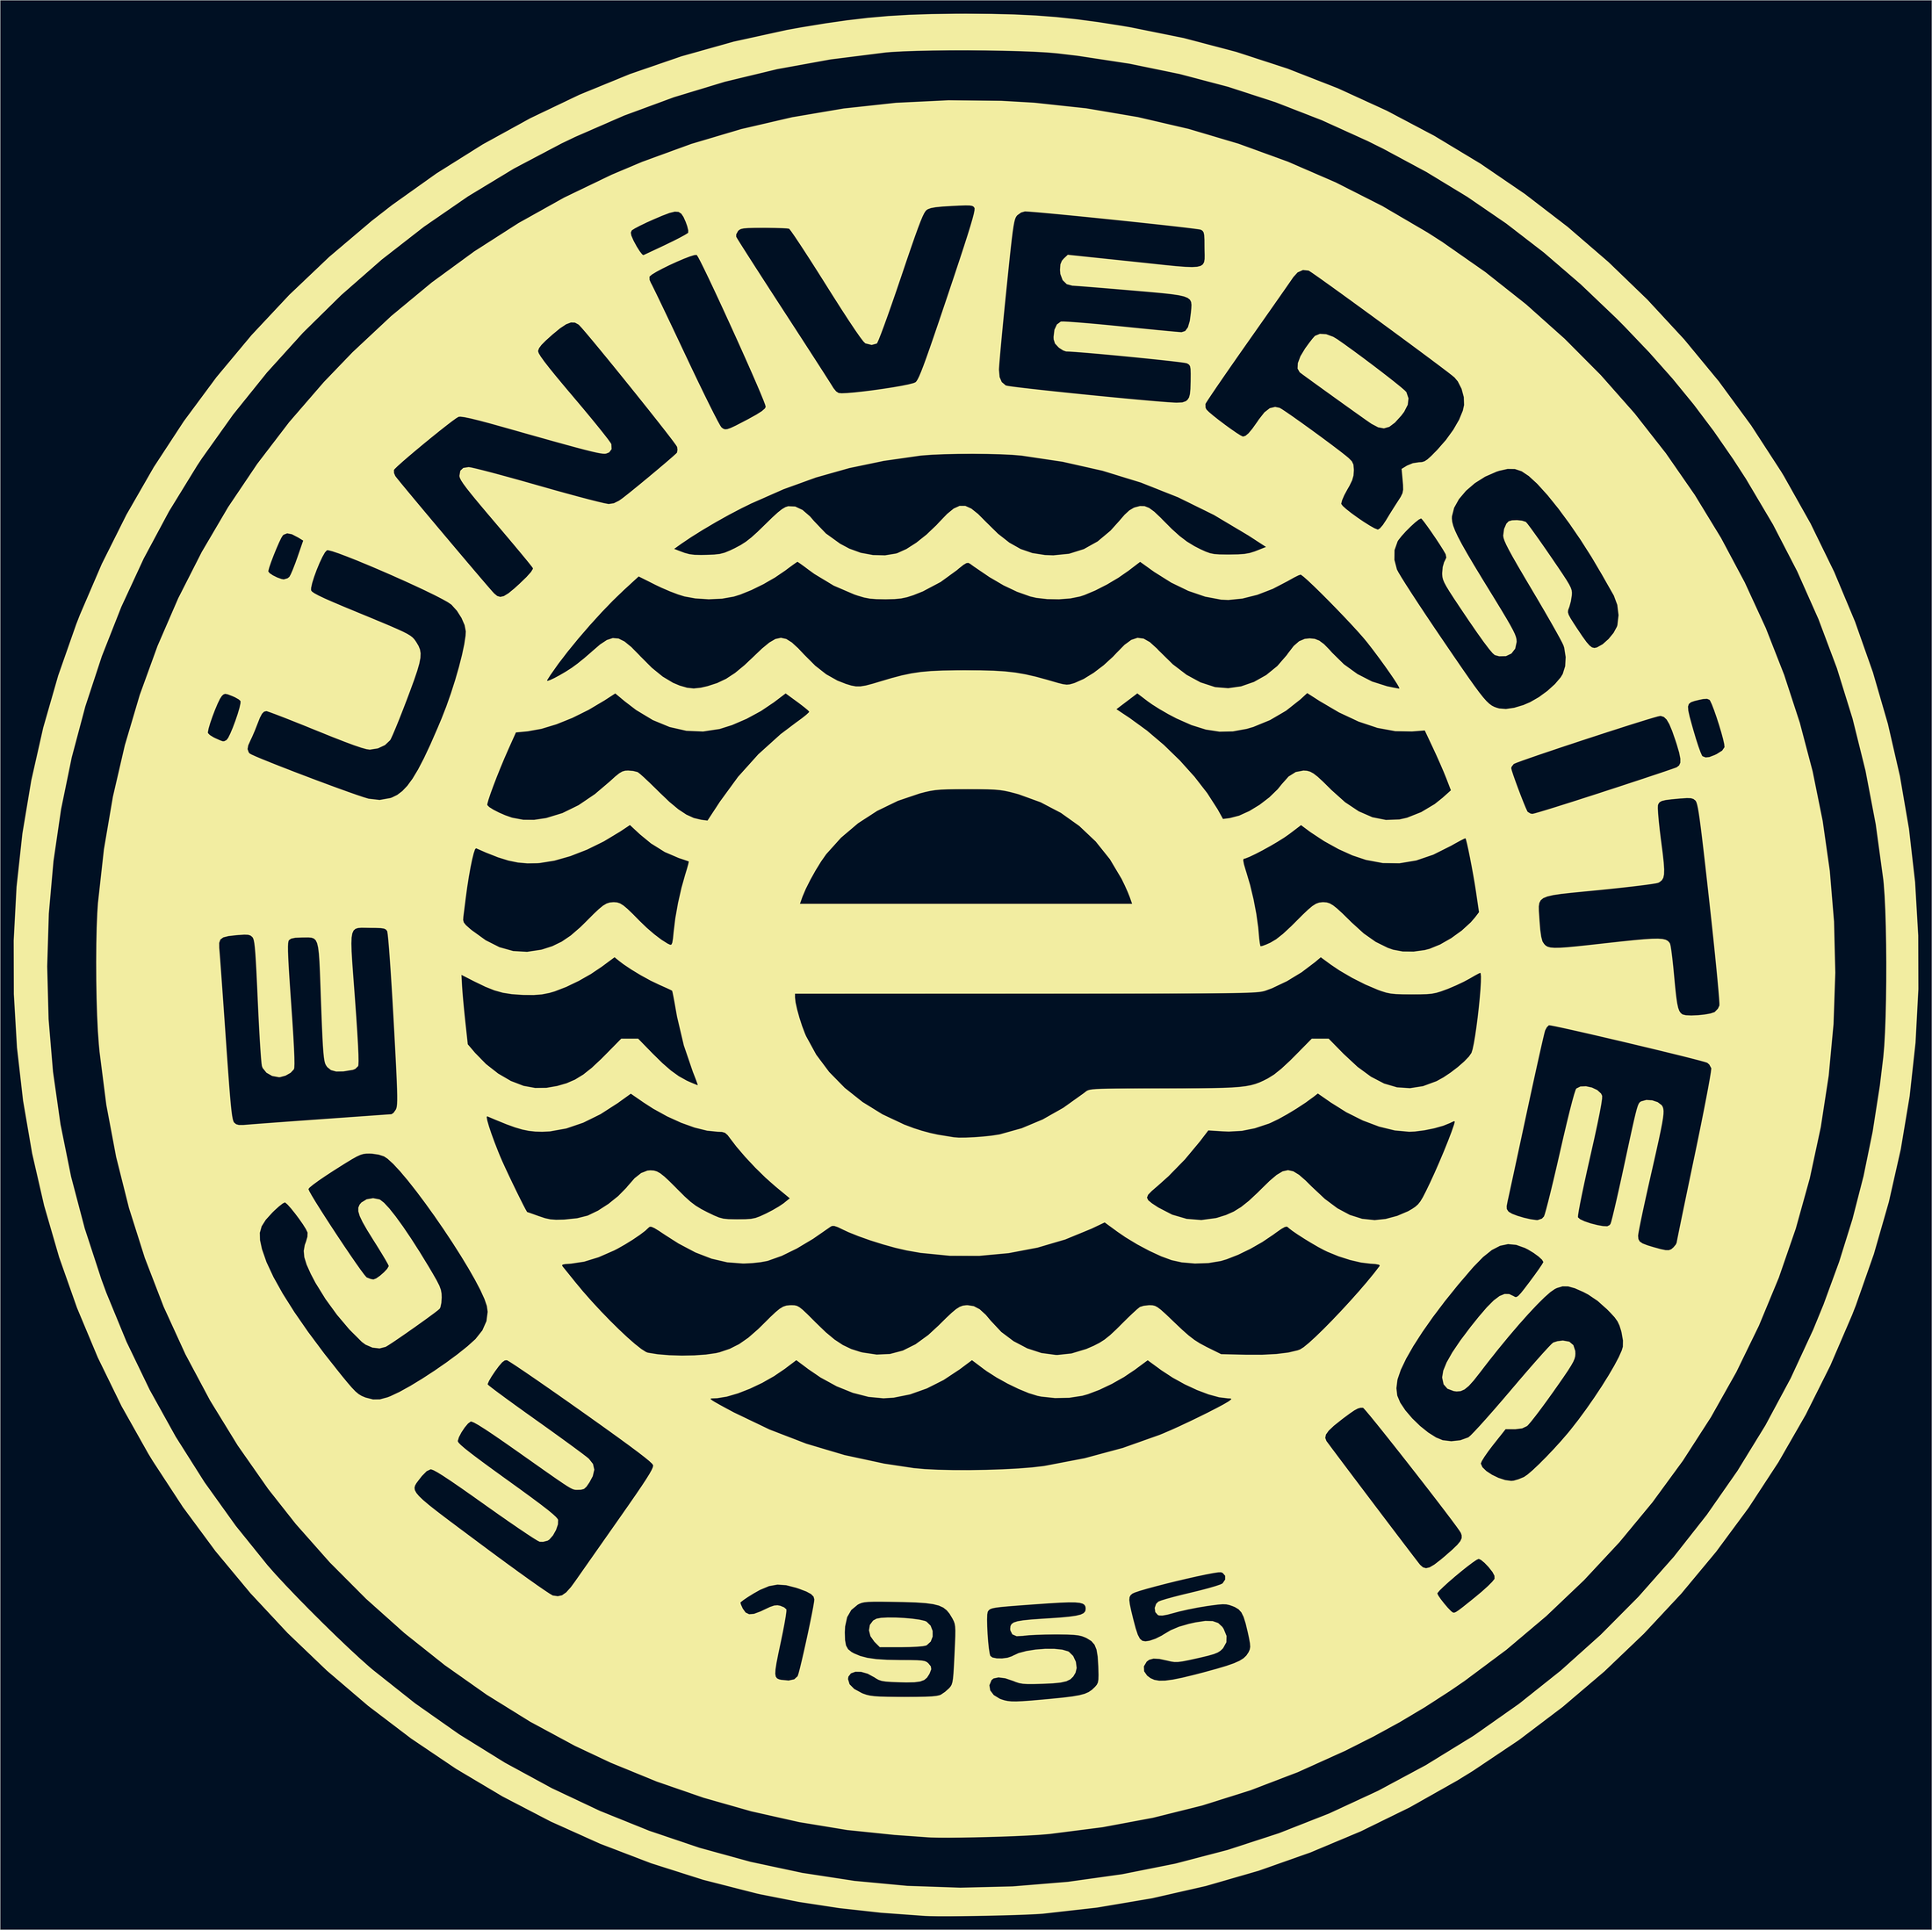
<source format=kicad_pcb>
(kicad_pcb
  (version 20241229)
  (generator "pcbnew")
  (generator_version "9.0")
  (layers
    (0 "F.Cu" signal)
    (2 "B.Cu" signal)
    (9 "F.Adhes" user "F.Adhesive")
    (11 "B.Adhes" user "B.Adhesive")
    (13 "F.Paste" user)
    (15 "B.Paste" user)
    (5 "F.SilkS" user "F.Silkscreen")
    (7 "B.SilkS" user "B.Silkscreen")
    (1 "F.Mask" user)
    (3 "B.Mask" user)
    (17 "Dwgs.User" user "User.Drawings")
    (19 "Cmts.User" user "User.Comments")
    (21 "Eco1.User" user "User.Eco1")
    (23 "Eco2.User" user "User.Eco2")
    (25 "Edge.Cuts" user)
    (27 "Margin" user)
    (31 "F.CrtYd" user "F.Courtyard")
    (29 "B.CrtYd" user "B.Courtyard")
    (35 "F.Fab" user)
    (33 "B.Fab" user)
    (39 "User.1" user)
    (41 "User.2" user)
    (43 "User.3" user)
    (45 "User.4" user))
  (footprint "ege_uni_logo"
    (layer "F.Cu")
    (at 212.339 211.921)
    (property "Reference" "ege_uni_logo" (at 0 0 0) (layer "F.SilkS") (effects (font (size 1.5 1.5) (thickness 0.3))))
    (attr board_only exclude_from_pos_files exclude_from_bom)
    (fp_poly (pts (xy -15.871 145.432) (xy -13.973 145.525) (xy -12.136 145.688) (xy -10.544 145.91) (xy -9.379 146.18) (xy -8.973 146.353) (xy -8.07 147.248) (xy -7.619 148.422) (xy -7.612 149.672) (xy -8.044 150.794) (xy -8.907 151.587) (xy -9.141 151.692) (xy -9.842 151.825) (xy -11.087 151.934) (xy -12.709 152.01) (xy -14.535 152.042) (xy -14.727 152.042) (xy -19.39 152.042) (xy -20.606 150.826) (xy -21.477 149.59) (xy -21.805 148.286) (xy -21.605 147.073) (xy -20.893 146.114) (xy -20.108 145.682) (xy -19.121 145.499) (xy -17.648 145.42)) (stroke (width 0) (type solid)) (fill yes) (layer "F.SilkS"))
    (fp_poly (pts (xy 80.053 -140.507) (xy 81.615 -139.931) (xy 82.531 -139.384) (xy 84.168 -138.235) (xy 86.018 -136.9) (xy 87.994 -135.446) (xy 90.006 -133.94) (xy 91.968 -132.449) (xy 93.79 -131.042) (xy 95.384 -129.786) (xy 96.663 -128.748) (xy 97.538 -127.996) (xy 97.92 -127.6) (xy 98.386 -126.219) (xy 98.228 -124.787) (xy 97.428 -123.222) (xy 96.785 -122.367) (xy 95.364 -120.803) (xy 94.113 -119.864) (xy 92.911 -119.523) (xy 91.635 -119.753) (xy 90.163 -120.528) (xy 89.753 -120.802) (xy 88.901 -121.396) (xy 87.644 -122.286) (xy 86.079 -123.4) (xy 84.304 -124.669) (xy 82.416 -126.023) (xy 80.513 -127.391) (xy 78.691 -128.704) (xy 77.049 -129.891) (xy 75.683 -130.883) (xy 74.692 -131.609) (xy 74.172 -131.999) (xy 74.143 -132.023) (xy 73.679 -132.851) (xy 73.741 -134.067) (xy 74.312 -135.593) (xy 75.357 -137.329) (xy 76.21 -138.505) (xy 76.971 -139.482) (xy 77.501 -140.084) (xy 77.572 -140.147) (xy 78.655 -140.586)) (stroke (width 0) (type solid)) (fill yes) (layer "F.SilkS"))
    (fp_poly (pts (xy 5.476 -211.881) (xy 10.596 -211.752) (xy 15.355 -211.518) (xy 19.931 -211.166) (xy 24.498 -210.681) (xy 29.233 -210.049) (xy 34.312 -209.254) (xy 36.396 -208.901) (xy 48.3 -206.495) (xy 59.993 -203.414) (xy 71.45 -199.678) (xy 82.646 -195.301) (xy 93.557 -190.303) (xy 104.156 -184.7) (xy 114.419 -178.51) (xy 124.321 -171.749) (xy 133.836 -164.436) (xy 142.939 -156.586) (xy 151.606 -148.219) (xy 159.811 -139.35) (xy 167.529 -129.997) (xy 174.734 -120.177) (xy 181.403 -109.908) (xy 182.021 -108.888) (xy 187.949 -98.35) (xy 193.233 -87.529) (xy 197.869 -76.455) (xy 201.855 -65.162) (xy 205.189 -53.681) (xy 207.868 -42.044) (xy 209.889 -30.283) (xy 211.25 -18.43) (xy 211.948 -6.517) (xy 211.981 5.424) (xy 211.345 17.361) (xy 210.039 29.263) (xy 208.06 41.097) (xy 205.404 52.831) (xy 202.07 64.433) (xy 198.055 75.872) (xy 197.229 77.989) (xy 192.37 89.282) (xy 186.891 100.23) (xy 180.811 110.81) (xy 174.149 121) (xy 166.922 130.78) (xy 159.15 140.126) (xy 150.85 149.018) (xy 142.041 157.434) (xy 132.741 165.351) (xy 122.97 172.749) (xy 112.744 179.606) (xy 109.315 181.721) (xy 98.693 187.72) (xy 87.758 193.078) (xy 76.529 197.79) (xy 65.023 201.85) (xy 53.257 205.252) (xy 41.248 207.992) (xy 29.014 210.062) (xy 16.993 211.423) (xy 15.417 211.529) (xy 13.281 211.631) (xy 10.718 211.725) (xy 7.857 211.81) (xy 4.828 211.882) (xy 1.763 211.94) (xy -1.209 211.98) (xy -3.956 212) (xy -6.349 211.998) (xy -8.256 211.97) (xy -9.301 211.931) (xy -19.13 211.214) (xy -28.443 210.181) (xy -37.376 208.814) (xy -46.062 207.094) (xy -46.865 206.915) (xy -58.733 203.88) (xy -70.348 200.185) (xy -81.687 195.845) (xy -92.725 190.88) (xy -103.439 185.305) (xy -113.805 179.139) (xy -123.8 172.397) (xy -133.399 165.098) (xy -142.579 157.258) (xy -151.317 148.895) (xy -159.588 140.026) (xy -167.37 130.667) (xy -174.637 120.837) (xy -181.367 110.552) (xy -182.378 108.888) (xy -188.307 98.35) (xy -193.59 87.529) (xy -198.227 76.455) (xy -202.213 65.162) (xy -205.547 53.681) (xy -208.226 42.044) (xy -210.247 30.283) (xy -211.608 18.43) (xy -212.306 6.517) (xy -212.323 0.347) (xy -204.874 0.347) (xy -204.564 12.104) (xy -203.576 23.85) (xy -201.907 35.556) (xy -199.555 47.19) (xy -196.515 58.724) (xy -192.785 70.128) (xy -191.699 73.077) (xy -187.194 84.018) (xy -182.026 94.735) (xy -176.228 105.173) (xy -169.832 115.277) (xy -162.871 124.993) (xy -155.777 133.797) (xy -153.957 135.857) (xy -151.711 138.28) (xy -149.145 140.961) (xy -146.368 143.791) (xy -143.487 146.664) (xy -140.612 149.472) (xy -137.848 152.109) (xy -135.305 154.466) (xy -133.091 156.438) (xy -132.366 157.056) (xy -122.903 164.559) (xy -113.077 171.468) (xy -102.92 177.771) (xy -92.46 183.46) (xy -81.727 188.524) (xy -70.751 192.953) (xy -59.562 196.737) (xy -48.19 199.866) (xy -36.664 202.33) (xy -25.014 204.118) (xy -13.27 205.221) (xy -1.462 205.629) (xy 10.196 205.341) (xy 22.503 204.326) (xy 34.6 202.63) (xy 46.477 200.256) (xy 58.125 197.207) (xy 69.537 193.485) (xy 80.704 189.094) (xy 91.615 184.035) (xy 102.265 178.313) (xy 112.642 171.93) (xy 113.227 171.545) (xy 122.988 164.673) (xy 132.319 157.243) (xy 141.194 149.284) (xy 149.591 140.828) (xy 157.484 131.902) (xy 164.849 122.538) (xy 171.662 112.765) (xy 177.9 102.614) (xy 183.537 92.113) (xy 188.549 81.293) (xy 190.857 75.663) (xy 194.334 66.163) (xy 197.293 56.675) (xy 199.767 47.062) (xy 201.79 37.188) (xy 203.394 26.917) (xy 204.162 20.57) (xy 204.375 18.102) (xy 204.546 15.052) (xy 204.677 11.544) (xy 204.768 7.704) (xy 204.817 3.656) (xy 204.826 -0.476) (xy 204.794 -4.567) (xy 204.722 -8.493) (xy 204.608 -12.13) (xy 204.454 -15.353) (xy 204.259 -18.037) (xy 204.167 -18.961) (xy 202.48 -31.297) (xy 200.202 -43.244) (xy 197.322 -54.83) (xy 193.831 -66.08) (xy 189.719 -77.023) (xy 184.977 -87.684) (xy 179.595 -98.092) (xy 173.564 -108.273) (xy 170.736 -112.636) (xy 166.413 -118.882) (xy 161.933 -124.836) (xy 157.181 -130.638) (xy 152.043 -136.425) (xy 146.402 -142.337) (xy 144.737 -144.014) (xy 136.699 -151.677) (xy 128.549 -158.697) (xy 120.187 -165.147) (xy 111.51 -171.099) (xy 102.417 -176.626) (xy 92.805 -181.8) (xy 89.288 -183.547) (xy 79.089 -188.176) (xy 68.756 -192.194) (xy 58.22 -195.619) (xy 47.413 -198.471) (xy 36.266 -200.77) (xy 24.71 -202.536) (xy 20.034 -203.088) (xy 17.791 -203.28) (xy 14.958 -203.441) (xy 11.658 -203.57) (xy 8.013 -203.666) (xy 4.146 -203.73) (xy 0.182 -203.759) (xy -3.758 -203.755) (xy -7.549 -203.715) (xy -11.069 -203.64) (xy -14.195 -203.529) (xy -16.803 -203.382) (xy -18.066 -203.275) (xy -30.326 -201.732) (xy -42.255 -199.562) (xy -53.884 -196.758) (xy -65.245 -193.311) (xy -76.369 -189.211) (xy -87.287 -184.45) (xy -90.331 -182.988) (xy -100.893 -177.414) (xy -111.106 -171.226) (xy -120.94 -164.449) (xy -130.368 -157.107) (xy -139.361 -149.228) (xy -147.891 -140.834) (xy -155.929 -131.952) (xy -163.447 -122.607) (xy -170.415 -112.824) (xy -171.452 -111.259) (xy -177.734 -101.034) (xy -183.371 -90.522) (xy -188.361 -79.752) (xy -192.699 -68.754) (xy -196.383 -57.558) (xy -199.41 -46.194) (xy -201.776 -34.691) (xy -203.477 -23.081) (xy -204.511 -11.391) (xy -204.874 0.347) (xy -212.323 0.347) (xy -212.339 -5.424) (xy -211.703 -17.361) (xy -210.397 -29.263) (xy -208.417 -41.097) (xy -205.762 -52.831) (xy -202.428 -64.433) (xy -198.413 -75.872) (xy -197.587 -77.989) (xy -192.712 -89.322) (xy -187.219 -100.301) (xy -181.122 -110.908) (xy -174.434 -121.125) (xy -167.169 -130.934) (xy -159.342 -140.317) (xy -150.964 -149.256) (xy -142.051 -157.734) (xy -132.616 -165.731) (xy -128.038 -169.294) (xy -118.156 -176.33) (xy -107.879 -182.783) (xy -97.243 -188.635) (xy -86.29 -193.871) (xy -75.057 -198.472) (xy -63.584 -202.423) (xy -51.91 -205.705) (xy -40.075 -208.302) (xy -36.754 -208.901) (xy -31.496 -209.763) (xy -26.65 -210.456) (xy -22.038 -210.996) (xy -17.487 -211.398) (xy -12.819 -211.675) (xy -7.859 -211.843) (xy -2.431 -211.915) (xy -0.179 -211.921)) (stroke (width 0) (type solid)) (fill yes) (layer "F.SilkS"))
    (fp_poly (pts (xy 7.711 -192.511) (xy 15.025 -192.082) (xy 26.617 -190.831) (xy 38.095 -188.882) (xy 49.425 -186.245) (xy 60.572 -182.932) (xy 71.502 -178.956) (xy 82.179 -174.328) (xy 92.569 -169.061) (xy 102.637 -163.165) (xy 105.893 -161.077) (xy 115.498 -154.362) (xy 124.599 -147.156) (xy 133.185 -139.485) (xy 141.246 -131.377) (xy 148.771 -122.858) (xy 155.749 -113.954) (xy 162.171 -104.693) (xy 168.026 -95.1) (xy 173.303 -85.202) (xy 177.992 -75.027) (xy 182.082 -64.6) (xy 185.564 -53.948) (xy 188.426 -43.098) (xy 190.658 -32.076) (xy 192.25 -20.91) (xy 193.192 -9.625) (xy 193.472 1.752) (xy 193.081 13.194) (xy 192.007 24.675) (xy 190.241 36.167) (xy 187.788 47.58) (xy 184.669 58.776) (xy 180.887 69.723) (xy 176.464 80.394) (xy 171.417 90.762) (xy 165.765 100.801) (xy 159.527 110.484) (xy 152.722 119.783) (xy 145.369 128.672) (xy 137.487 137.125) (xy 129.094 145.113) (xy 120.209 152.611) (xy 110.851 159.592) (xy 107.623 161.803) (xy 102.075 165.391) (xy 96.51 168.711) (xy 90.699 171.892) (xy 84.417 175.064) (xy 84.249 175.146) (xy 73.765 179.88) (xy 63.178 183.933) (xy 52.431 187.319) (xy 41.469 190.055) (xy 30.238 192.155) (xy 18.683 193.634) (xy 17.708 193.729) (xy 15.877 193.874) (xy 13.544 194.011) (xy 10.837 194.137) (xy 7.881 194.249) (xy 4.804 194.344) (xy 1.732 194.419) (xy -1.209 194.47) (xy -3.892 194.494) (xy -6.191 194.488) (xy -7.979 194.449) (xy -8.765 194.407) (xy -9.761 194.334) (xy -11.291 194.223) (xy -13.176 194.087) (xy -15.238 193.939) (xy -16.099 193.877) (xy -26.662 192.785) (xy -37.328 191.025) (xy -48.013 188.622) (xy -58.631 185.6) (xy -69.098 181.981) (xy -79.33 177.79) (xy -87.341 174.015) (xy -97.28 168.65) (xy -106.955 162.646) (xy -116.311 156.048) (xy -125.295 148.902) (xy -132.872 142.129) (xy -50.442 142.129) (xy -50.291 142.621) (xy -49.925 143.418) (xy -49.899 143.469) (xy -49.284 144.321) (xy -48.493 144.701) (xy -47.415 144.613) (xy -45.939 144.065) (xy -45.211 143.717) (xy -43.862 143.082) (xy -42.924 142.76) (xy -42.189 142.697) (xy -41.571 142.81) (xy -40.711 143.168) (xy -40.209 143.609) (xy -40.193 143.645) (xy -40.205 144.14) (xy -40.354 145.218) (xy -40.62 146.765) (xy -40.984 148.664) (xy -41.425 150.802) (xy -41.499 151.151) (xy -42.036 153.681) (xy -42.411 155.602) (xy -42.625 157.004) (xy -42.676 157.976) (xy -42.562 158.607) (xy -42.282 158.986) (xy -41.836 159.203) (xy -41.383 159.314) (xy -39.708 159.473) (xy -38.454 159.202) (xy -37.708 158.521) (xy -37.688 158.482) (xy -37.487 157.87) (xy -37.174 156.684) (xy -36.779 155.053) (xy -36.329 153.105) (xy -35.851 150.968) (xy -35.375 148.771) (xy -35.372 148.757) (xy -27.183 148.757) (xy -27.13 150.485) (xy -26.911 151.675) (xy -26.451 152.497) (xy -25.675 153.123) (xy -25.12 153.428) (xy -23.746 154.002) (xy -22.145 154.419) (xy -20.197 154.698) (xy -17.781 154.854) (xy -14.78 154.904) (xy -14.65 154.904) (xy -12.562 154.912) (xy -11.068 154.944) (xy -10.046 155.016) (xy -9.375 155.142) (xy -8.931 155.335) (xy -8.595 155.611) (xy -8.586 155.62) (xy -8.024 156.308) (xy -7.927 156.958) (xy -8.271 157.857) (xy -8.377 158.065) (xy -8.868 158.83) (xy -9.503 159.361) (xy -10.403 159.693) (xy -11.691 159.859) (xy -13.491 159.893) (xy -14.926 159.862) (xy -16.777 159.795) (xy -18.075 159.704) (xy -18.986 159.557) (xy -19.674 159.322) (xy -20.301 158.968) (xy -20.601 158.766) (xy -22.09 157.955) (xy -23.541 157.541) (xy -24.826 157.516) (xy -25.817 157.872) (xy -26.386 158.601) (xy -26.473 159.147) (xy -26.121 160.306) (xy -25.076 161.357) (xy -23.355 162.286) (xy -23.035 162.416) (xy -22.339 162.654) (xy -21.566 162.832) (xy -20.602 162.957) (xy -19.329 163.039) (xy -17.631 163.088) (xy -15.393 163.111) (xy -14.024 163.116) (xy -11.347 163.109) (xy -9.298 163.073) (xy -7.79 163.002) (xy -6.734 162.89) (xy -6.043 162.733) (xy -5.796 162.63) (xy -4.859 162.001) (xy -3.952 161.188) (xy -3.945 161.18) (xy -3.631 160.813) (xy -3.394 160.404) (xy -3.218 159.845) (xy -3.083 159.022) (xy -2.974 157.827) (xy -2.872 156.148) (xy -2.76 153.875) (xy -2.749 153.644) (xy -2.643 151.32) (xy -2.578 149.593) (xy -2.564 148.343) (xy -2.608 147.451) (xy -2.717 146.8) (xy -2.9 146.27) (xy -3.076 145.919) (xy 4.505 145.919) (xy 4.535 147.414) (xy 4.618 149.091) (xy 4.744 150.773) (xy 4.903 152.284) (xy 5.084 153.447) (xy 5.223 153.973) (xy 5.707 154.342) (xy 6.658 154.534) (xy 7.849 154.552) (xy 9.054 154.394) (xy 10.046 154.062) (xy 10.222 153.96) (xy 11.521 153.361) (xy 13.28 152.893) (xy 15.316 152.569) (xy 17.445 152.401) (xy 19.482 152.404) (xy 21.244 152.588) (xy 22.547 152.968) (xy 22.753 153.079) (xy 23.691 154.008) (xy 24.291 155.298) (xy 24.468 156.678) (xy 24.219 157.723) (xy 23.71 158.578) (xy 23.07 159.202) (xy 22.18 159.636) (xy 20.923 159.921) (xy 19.18 160.097) (xy 17.01 160.199) (xy 15 160.257) (xy 13.543 160.26) (xy 12.478 160.194) (xy 11.643 160.044) (xy 10.879 159.796) (xy 10.378 159.59) (xy 8.568 158.972) (xy 7.058 158.777) (xy 5.948 159.008) (xy 5.495 159.385) (xy 5.025 160.532) (xy 5.21 161.674) (xy 5.995 162.707) (xy 7.326 163.525) (xy 7.692 163.667) (xy 8.386 163.887) (xy 9.105 164.039) (xy 9.95 164.122) (xy 11.023 164.135) (xy 12.426 164.075) (xy 14.261 163.943) (xy 16.631 163.736) (xy 18.782 163.536) (xy 21.448 163.268) (xy 23.508 163.013) (xy 25.072 162.742) (xy 26.248 162.426) (xy 27.144 162.034) (xy 27.869 161.537) (xy 28.533 160.905) (xy 28.572 160.863) (xy 28.951 160.411) (xy 29.189 159.928) (xy 29.309 159.253) (xy 29.336 158.224) (xy 29.296 156.679) (xy 29.28 156.242) (xy 29.148 154.125) (xy 28.889 152.585) (xy 28.441 151.483) (xy 27.742 150.684) (xy 26.728 150.051) (xy 26.356 149.874) (xy 25.647 149.601) (xy 24.833 149.411) (xy 23.774 149.291) (xy 22.33 149.226) (xy 20.361 149.204) (xy 19.497 149.204) (xy 17.46 149.227) (xy 15.542 149.288) (xy 13.921 149.376) (xy 12.775 149.484) (xy 12.521 149.524) (xy 11.086 149.596) (xy 10.129 149.178) (xy 9.686 148.294) (xy 9.659 147.928) (xy 9.718 147.347) (xy 9.952 146.893) (xy 10.444 146.542) (xy 11.279 146.272) (xy 12.541 146.058) (xy 14.314 145.877) (xy 16.682 145.705) (xy 17.887 145.63) (xy 20.633 145.445) (xy 22.742 145.253) (xy 24.292 145.036) (xy 25.361 144.775) (xy 26.029 144.449) (xy 26.374 144.041) (xy 26.473 143.53) (xy 26.473 143.52) (xy 26.425 143.026) (xy 26.233 142.64) (xy 25.83 142.355) (xy 25.147 142.167) (xy 24.115 142.071) (xy 22.665 142.06) (xy 20.73 142.131) (xy 18.24 142.277) (xy 15.126 142.494) (xy 14.048 142.573) (xy 11.302 142.777) (xy 9.183 142.946) (xy 7.603 143.093) (xy 6.474 143.234) (xy 5.709 143.384) (xy 5.222 143.557) (xy 4.923 143.769) (xy 4.727 144.034) (xy 4.647 144.179) (xy 4.539 144.782) (xy 4.505 145.919) (xy -3.076 145.919) (xy -3.164 145.744) (xy -3.277 145.538) (xy -3.859 144.579) (xy -4.491 143.813) (xy -5.256 143.218) (xy -6.242 142.77) (xy -7.533 142.447) (xy -9.217 142.225) (xy -11.378 142.081) (xy -14.102 141.992) (xy -16.635 141.947) (xy -18.959 141.92) (xy -20.686 141.92) (xy -21.934 141.958) (xy -22.821 142.044) (xy -23.464 142.187) (xy -23.982 142.397) (xy -24.327 142.586) (xy -25.741 143.755) (xy -26.663 145.352) (xy -27.12 147.435) (xy -27.183 148.757) (xy -35.372 148.757) (xy -34.927 146.641) (xy -34.535 144.708) (xy -34.229 143.1) (xy -34.034 141.944) (xy -33.991 141.532) (xy 36.192 141.532) (xy 36.314 142.509) (xy 36.618 143.94) (xy 37.076 145.814) (xy 37.613 147.845) (xy 38.083 149.263) (xy 38.556 150.158) (xy 39.099 150.621) (xy 39.782 150.74) (xy 40.674 150.607) (xy 40.735 150.593) (xy 42.028 150.15) (xy 43.382 149.477) (xy 43.775 149.231) (xy 45.43 148.253) (xy 47.254 147.485) (xy 49.461 146.847) (xy 50.941 146.516) (xy 53.112 146.185) (xy 54.762 146.226) (xy 55.996 146.662) (xy 56.92 147.519) (xy 57.207 147.954) (xy 57.857 149.531) (xy 57.823 150.943) (xy 57.104 152.243) (xy 56.971 152.394) (xy 56.478 152.861) (xy 55.873 153.24) (xy 55.018 153.583) (xy 53.778 153.94) (xy 52.014 154.363) (xy 51.337 154.517) (xy 49.422 154.938) (xy 48.042 155.208) (xy 47.036 155.339) (xy 46.241 155.345) (xy 45.497 155.238) (xy 44.73 155.054) (xy 42.9 154.661) (xy 41.575 154.591) (xy 40.621 154.85) (xy 40.068 155.262) (xy 39.444 156.309) (xy 39.497 157.418) (xy 40.157 158.374) (xy 40.915 158.946) (xy 41.781 159.327) (xy 42.84 159.512) (xy 44.178 159.494) (xy 45.881 159.269) (xy 48.035 158.833) (xy 50.725 158.179) (xy 52.835 157.627) (xy 55.64 156.859) (xy 57.834 156.203) (xy 59.506 155.62) (xy 60.743 155.07) (xy 61.635 154.511) (xy 62.269 153.904) (xy 62.734 153.209) (xy 62.793 153.099) (xy 63.033 152.542) (xy 63.127 151.95) (xy 63.069 151.144) (xy 62.849 149.945) (xy 62.601 148.8) (xy 62.111 146.757) (xy 61.653 145.295) (xy 61.152 144.286) (xy 60.535 143.603) (xy 59.731 143.119) (xy 59.219 142.905) (xy 58.474 142.645) (xy 57.793 142.5) (xy 57.002 142.47) (xy 55.93 142.554) (xy 54.401 142.751) (xy 53.507 142.878) (xy 51.458 143.217) (xy 49.28 143.647) (xy 47.296 144.102) (xy 46.331 144.36) (xy 44.679 144.802) (xy 43.558 145.002) (xy 42.834 144.98) (xy 42.555 144.878) (xy 41.979 144.221) (xy 41.853 143.295) (xy 42.168 142.383) (xy 42.661 141.892) (xy 43.259 141.65) (xy 44.428 141.289) (xy 46.04 140.845) (xy 47.967 140.352) (xy 49.103 140.079) (xy 104.82 140.079) (xy 105.04 140.554) (xy 105.601 141.366) (xy 106.355 142.331) (xy 107.154 143.264) (xy 107.848 143.982) (xy 108.163 144.238) (xy 108.377 144.345) (xy 108.632 144.34) (xy 109.015 144.166) (xy 109.612 143.766) (xy 110.512 143.081) (xy 111.8 142.055) (xy 113.385 140.773) (xy 114.832 139.559) (xy 116.073 138.437) (xy 117.001 137.512) (xy 117.507 136.888) (xy 117.563 136.766) (xy 117.536 136.125) (xy 117.1 135.295) (xy 116.213 134.172) (xy 115.327 133.247) (xy 114.534 132.596) (xy 114.032 132.366) (xy 113.546 132.589) (xy 112.658 133.191) (xy 111.484 134.078) (xy 110.137 135.152) (xy 108.735 136.316) (xy 107.392 137.475) (xy 106.223 138.532) (xy 105.344 139.39) (xy 104.87 139.953) (xy 104.82 140.079) (xy 49.103 140.079) (xy 49.906 139.887) (xy 51.994 139.379) (xy 53.87 138.882) (xy 55.409 138.431) (xy 56.488 138.063) (xy 56.971 137.826) (xy 57.544 136.978) (xy 57.544 136.134) (xy 57.001 135.504) (xy 56.616 135.353) (xy 56.002 135.371) (xy 54.814 135.552) (xy 53.168 135.866) (xy 51.179 136.287) (xy 48.965 136.787) (xy 46.639 137.337) (xy 44.319 137.909) (xy 42.12 138.477) (xy 40.158 139.011) (xy 38.548 139.484) (xy 37.407 139.868) (xy 36.882 140.11) (xy 36.48 140.454) (xy 36.249 140.888) (xy 36.192 141.532) (xy -33.991 141.532) (xy -33.978 141.408) (xy -34.147 140.776) (xy -34.702 140.211) (xy -35.739 139.651) (xy -37.351 139.037) (xy -38.045 138.806) (xy -40.261 138.231) (xy -42.203 138.099) (xy -44.074 138.44) (xy -46.078 139.279) (xy -47.491 140.07) (xy -48.758 140.858) (xy -49.752 141.53) (xy -50.34 141.992) (xy -50.442 142.129) (xy -132.872 142.129) (xy -133.854 141.251) (xy -141.933 133.141) (xy -149.481 124.616) (xy -155.641 116.804) (xy -155.837 116.524) (xy -123.043 116.524) (xy -122.962 117.057) (xy -122.639 117.664) (xy -122.036 118.387) (xy -121.115 119.268) (xy -119.839 120.348) (xy -118.17 121.669) (xy -116.069 123.273) (xy -113.499 125.201) (xy -110.422 127.495) (xy -108.217 129.139) (xy -105.319 131.291) (xy -102.563 133.316) (xy -100.008 135.174) (xy -97.713 136.823) (xy -95.737 138.22) (xy -94.137 139.325) (xy -92.974 140.094) (xy -92.305 140.487) (xy -92.208 140.526) (xy -91.129 140.683) (xy -90.181 140.474) (xy -89.247 139.823) (xy -88.207 138.657) (xy -87.325 137.454) (xy -86.673 136.523) (xy -85.67 135.092) (xy -84.377 133.248) (xy -82.854 131.076) (xy -81.161 128.663) (xy -79.359 126.094) (xy -77.54 123.503) (xy -75.466 120.537) (xy -73.777 118.097) (xy -72.442 116.132) (xy -71.426 114.588) (xy -70.696 113.413) (xy -70.218 112.554) (xy -69.959 111.958) (xy -69.886 111.572) (xy -69.898 111.474) (xy -70.143 111.136) (xy -70.785 110.54) (xy -71.852 109.668) (xy -73.37 108.5) (xy -75.364 107.015) (xy -77.861 105.195) (xy -80.888 103.018) (xy -84.47 100.467) (xy -85.923 99.437) (xy -88.926 97.317) (xy -89.741 96.746) (xy -57.109 96.746) (xy -56.72 97.063) (xy -56.693 97.082) (xy -56.117 97.432) (xy -55.052 98.031) (xy -53.646 98.8) (xy -52.046 99.657) (xy -51.873 99.748) (xy -43.944 103.549) (xy -35.743 106.71) (xy -27.241 109.239) (xy -18.411 111.145) (xy -11.806 112.14) (xy -9.386 112.362) (xy -6.408 112.51) (xy -3.029 112.586) (xy 0.599 112.594) (xy 4.321 112.534) (xy 7.983 112.411) (xy 11.43 112.226) (xy 14.508 111.983) (xy 17.063 111.684) (xy 17.351 111.641) (xy 26.235 109.939) (xy 34.759 107.641) (xy 41.078 105.399) (xy 79.844 105.399) (xy 80.099 106.082) (xy 80.185 106.205) (xy 81.097 107.433) (xy 82.302 109.045) (xy 83.748 110.971) (xy 85.383 113.144) (xy 87.155 115.495) (xy 89.012 117.956) (xy 90.902 120.457) (xy 92.774 122.931) (xy 94.575 125.308) (xy 96.255 127.521) (xy 97.76 129.5) (xy 99.039 131.178) (xy 100.04 132.485) (xy 100.711 133.353) (xy 100.995 133.708) (xy 101.621 134.249) (xy 102.287 134.442) (xy 103.094 134.25) (xy 104.143 133.638) (xy 105.533 132.569) (xy 106.52 131.74) (xy 108.136 130.326) (xy 109.251 129.252) (xy 109.929 128.424) (xy 110.236 127.747) (xy 110.237 127.126) (xy 110.055 126.588) (xy 109.741 126.088) (xy 109.046 125.113) (xy 108.023 123.731) (xy 106.722 122.007) (xy 105.197 120.008) (xy 103.499 117.8) (xy 101.679 115.45) (xy 99.791 113.024) (xy 97.885 110.588) (xy 96.013 108.209) (xy 94.228 105.953) (xy 92.582 103.886) (xy 91.125 102.076) (xy 89.911 100.587) (xy 88.99 99.487) (xy 88.416 98.841) (xy 88.246 98.696) (xy 87.695 98.697) (xy 87.106 98.863) (xy 86.357 99.261) (xy 85.328 99.958) (xy 83.895 101.023) (xy 83.458 101.356) (xy 81.756 102.717) (xy 80.622 103.793) (xy 80.001 104.662) (xy 79.844 105.399) (xy 41.078 105.399) (xy 42.895 104.754) (xy 43.707 104.425) (xy 45.391 103.704) (xy 47.36 102.814) (xy 49.492 101.814) (xy 51.66 100.768) (xy 53.741 99.736) (xy 55.61 98.779) (xy 57.143 97.959) (xy 58.215 97.338) (xy 58.558 97.107) (xy 58.939 96.765) (xy 58.764 96.63) (xy 58.127 96.603) (xy 56.189 96.364) (xy 53.851 95.723) (xy 51.258 94.742) (xy 50.391 94.339) (xy 95.697 94.339) (xy 95.877 95.907) (xy 95.912 96.048) (xy 96.556 97.569) (xy 97.701 99.279) (xy 99.209 101.044) (xy 100.943 102.728) (xy 102.764 104.197) (xy 104.536 105.317) (xy 106.011 105.925) (xy 107.923 106.158) (xy 109.922 105.939) (xy 111.669 105.307) (xy 111.765 105.253) (xy 112.246 104.838) (xy 113.125 103.939) (xy 114.343 102.624) (xy 115.84 100.957) (xy 117.556 99.006) (xy 119.433 96.836) (xy 121.329 94.611) (xy 123.291 92.306) (xy 125.137 90.164) (xy 126.812 88.25) (xy 128.256 86.628) (xy 129.413 85.364) (xy 130.225 84.52) (xy 130.63 84.165) (xy 131.567 83.862) (xy 132.716 83.719) (xy 132.813 83.718) (xy 134.215 83.972) (xy 135.124 84.745) (xy 135.541 86.036) (xy 135.57 86.664) (xy 135.53 87.2) (xy 135.389 87.765) (xy 135.097 88.446) (xy 134.605 89.326) (xy 133.864 90.491) (xy 132.824 92.026) (xy 131.436 94.015) (xy 130.651 95.129) (xy 129.219 97.13) (xy 127.869 98.967) (xy 126.673 100.546) (xy 125.701 101.775) (xy 125.024 102.561) (xy 124.794 102.778) (xy 123.711 103.291) (xy 122.205 103.473) (xy 121.932 103.475) (xy 120.024 103.466) (xy 117.251 106.966) (xy 116.19 108.36) (xy 115.321 109.603) (xy 114.73 110.566) (xy 114.505 111.116) (xy 114.505 111.131) (xy 114.857 111.942) (xy 115.744 112.803) (xy 116.995 113.625) (xy 118.444 114.321) (xy 119.922 114.804) (xy 121.261 114.985) (xy 121.809 114.938) (xy 122.878 114.631) (xy 124.038 114.156) (xy 124.138 114.107) (xy 124.93 113.561) (xy 126.087 112.566) (xy 127.51 111.22) (xy 129.102 109.622) (xy 130.767 107.87) (xy 132.408 106.062) (xy 133.926 104.297) (xy 134.383 103.742) (xy 136.169 101.461) (xy 137.976 99.008) (xy 139.742 96.475) (xy 141.41 93.958) (xy 142.918 91.552) (xy 144.208 89.35) (xy 145.219 87.448) (xy 145.893 85.939) (xy 146.145 85.1) (xy 146.17 83.701) (xy 145.849 81.892) (xy 145.752 81.522) (xy 145.392 80.376) (xy 144.956 79.45) (xy 144.314 78.551) (xy 143.337 77.484) (xy 142.59 76.733) (xy 140.51 74.877) (xy 138.424 73.475) (xy 137.307 72.887) (xy 135.438 72.066) (xy 133.963 71.657) (xy 132.704 71.642) (xy 131.485 72.003) (xy 131 72.232) (xy 130.013 72.912) (xy 128.661 74.107) (xy 127.001 75.756) (xy 125.088 77.796) (xy 122.978 80.164) (xy 120.729 82.798) (xy 118.395 85.635) (xy 116.032 88.612) (xy 114.328 90.831) (xy 112.937 92.602) (xy 111.821 93.839) (xy 110.876 94.613) (xy 110.001 94.998) (xy 109.091 95.068) (xy 108.47 94.985) (xy 107.062 94.454) (xy 106.211 93.478) (xy 105.896 92.031) (xy 105.893 91.846) (xy 106.139 90.407) (xy 106.885 88.588) (xy 108.14 86.371) (xy 109.916 83.74) (xy 112.222 80.678) (xy 114.049 78.401) (xy 115.86 76.292) (xy 117.38 74.77) (xy 118.672 73.798) (xy 119.798 73.339) (xy 120.82 73.357) (xy 121.8 73.817) (xy 121.847 73.85) (xy 122.163 74.022) (xy 122.482 74.009) (xy 122.885 73.731) (xy 123.457 73.111) (xy 124.282 72.073) (xy 125.442 70.539) (xy 125.504 70.455) (xy 126.575 69.004) (xy 127.47 67.746) (xy 128.11 66.798) (xy 128.416 66.273) (xy 128.431 66.219) (xy 128.139 65.713) (xy 127.37 65.003) (xy 126.284 64.211) (xy 125.042 63.458) (xy 124.317 63.09) (xy 122.39 62.403) (xy 120.571 62.231) (xy 118.785 62.605) (xy 116.958 63.551) (xy 115.018 65.099) (xy 112.891 67.277) (xy 112.591 67.614) (xy 109.423 71.319) (xy 106.486 74.966) (xy 103.821 78.494) (xy 101.469 81.845) (xy 99.469 84.956) (xy 97.861 87.769) (xy 96.687 90.223) (xy 95.986 92.257) (xy 95.91 92.586) (xy 95.697 94.339) (xy 50.391 94.339) (xy 48.553 93.483) (xy 45.883 92.009) (xy 43.391 90.38) (xy 43.129 90.19) (xy 40.287 88.111) (xy 37.436 90.225) (xy 35.002 91.859) (xy 32.302 93.383) (xy 29.556 94.689) (xy 26.985 95.667) (xy 25.735 96.023) (xy 22.813 96.477) (xy 19.642 96.54) (xy 16.572 96.212) (xy 15.741 96.042) (xy 13.802 95.443) (xy 11.505 94.497) (xy 9.051 93.305) (xy 6.64 91.967) (xy 4.474 90.583) (xy 3.701 90.025) (xy 1.141 88.092) (xy -1.56 90.115) (xy -5.177 92.51) (xy -8.911 94.392) (xy -12.655 95.72) (xy -16.303 96.453) (xy -18.578 96.592) (xy -21.884 96.28) (xy -25.398 95.374) (xy -29.005 93.919) (xy -32.59 91.958) (xy -35.288 90.115) (xy -37.989 88.092) (xy -40.549 90.025) (xy -42.927 91.644) (xy -45.559 93.137) (xy -48.294 94.439) (xy -50.981 95.487) (xy -53.47 96.218) (xy -55.611 96.57) (xy -56.179 96.592) (xy -56.958 96.616) (xy -57.109 96.746) (xy -89.741 96.746) (xy -91.769 95.324) (xy -94.397 93.495) (xy -96.753 91.868) (xy -98.781 90.484) (xy -100.424 89.379) (xy -101.627 88.593) (xy -102.332 88.164) (xy -102.484 88.095) (xy -102.953 88.153) (xy -103.508 88.563) (xy -104.247 89.418) (xy -105.069 90.53) (xy -105.873 91.724) (xy -106.456 92.724) (xy -106.732 93.374) (xy -106.734 93.508) (xy -106.412 93.8) (xy -105.571 94.456) (xy -104.278 95.426) (xy -102.6 96.661) (xy -100.604 98.112) (xy -98.355 99.73) (xy -95.985 101.421) (xy -93.5 103.193) (xy -91.156 104.879) (xy -89.027 106.422) (xy -87.19 107.769) (xy -85.719 108.863) (xy -84.689 109.65) (xy -84.203 110.049) (xy -83.282 111.218) (xy -82.994 112.489) (xy -83.338 113.949) (xy -84.063 115.303) (xy -84.731 116.279) (xy -85.283 116.781) (xy -85.943 116.963) (xy -86.517 116.983) (xy -86.872 116.99) (xy -87.179 116.985) (xy -87.494 116.933) (xy -87.877 116.796) (xy -88.384 116.54) (xy -89.074 116.126) (xy -90.004 115.52) (xy -91.233 114.684) (xy -92.818 113.583) (xy -94.817 112.179) (xy -97.288 110.436) (xy -100.201 108.381) (xy -103.11 106.343) (xy -105.483 104.711) (xy -107.358 103.463) (xy -108.771 102.574) (xy -109.757 102.021) (xy -110.355 101.782) (xy -110.535 101.776) (xy -111.135 102.221) (xy -111.87 103.098) (xy -112.591 104.184) (xy -113.152 105.252) (xy -113.403 106.079) (xy -113.406 106.141) (xy -113.245 106.456) (xy -112.737 106.983) (xy -111.844 107.754) (xy -110.528 108.797) (xy -108.75 110.143) (xy -106.474 111.822) (xy -103.661 113.862) (xy -102.349 114.807) (xy -99.326 116.988) (xy -96.85 118.799) (xy -94.877 120.272) (xy -93.365 121.442) (xy -92.269 122.344) (xy -91.547 123.009) (xy -91.155 123.474) (xy -91.059 123.677) (xy -91.095 124.686) (xy -91.517 125.926) (xy -92.194 127.135) (xy -92.996 128.051) (xy -93.391 128.313) (xy -94.406 128.574) (xy -95.161 128.557) (xy -95.645 128.315) (xy -96.64 127.701) (xy -98.077 126.761) (xy -99.887 125.542) (xy -102.001 124.091) (xy -104.35 122.454) (xy -106.865 120.678) (xy -107.324 120.351) (xy -110.423 118.153) (xy -112.992 116.355) (xy -115.07 114.931) (xy -116.701 113.854) (xy -117.925 113.096) (xy -118.786 112.629) (xy -119.323 112.427) (xy -119.475 112.416) (xy -120.343 112.833) (xy -121.395 113.9) (xy -121.709 114.3) (xy -122.216 114.953) (xy -122.632 115.514) (xy -122.921 116.023) (xy -123.043 116.524) (xy -155.837 116.524) (xy -162.436 107.099) (xy -168.586 97.085) (xy -174.088 86.774) (xy -178.937 76.178) (xy -183.128 65.311) (xy -184.904 59.709) (xy -157.505 59.709) (xy -157.462 61.354) (xy -157.026 63.358) (xy -156.02 66.245) (xy -154.474 69.557) (xy -152.401 73.271) (xy -149.818 77.363) (xy -146.74 81.807) (xy -143.181 86.58) (xy -139.509 91.225) (xy -138.102 92.943) (xy -137.031 94.191) (xy -136.194 95.063) (xy -135.489 95.654) (xy -134.813 96.06) (xy -134.065 96.375) (xy -133.91 96.431) (xy -132.291 96.845) (xy -130.758 96.827) (xy -129.042 96.361) (xy -128.401 96.11) (xy -126.409 95.171) (xy -124.026 93.855) (xy -121.394 92.258) (xy -118.657 90.477) (xy -115.959 88.61) (xy -113.443 86.753) (xy -111.255 85.002) (xy -109.536 83.454) (xy -109.44 83.358) (xy -107.929 81.451) (xy -107.021 79.399) (xy -106.751 77.314) (xy -106.931 76.013) (xy -107.464 74.463) (xy -108.367 72.487) (xy -109.588 70.161) (xy -111.074 67.56) (xy -111.409 67.01) (xy -90.172 67.01) (xy -90.016 67.25) (xy -89.606 67.751) (xy -88.869 68.662) (xy -87.924 69.835) (xy -87.266 70.655) (xy -85.497 72.784) (xy -83.56 74.981) (xy -81.528 77.175) (xy -79.476 79.295) (xy -77.477 81.268) (xy -75.604 83.023) (xy -73.932 84.488) (xy -72.533 85.592) (xy -71.482 86.262) (xy -71.069 86.423) (xy -68.885 86.775) (xy -66.296 86.992) (xy -63.503 87.074) (xy -60.709 87.024) (xy -58.117 86.842) (xy -55.93 86.528) (xy -55.093 86.334) (xy -52.829 85.568) (xy -50.747 84.523) (xy -48.695 83.098) (xy -46.517 81.197) (xy -45.397 80.099) (xy -43.814 78.522) (xy -42.614 77.39) (xy -41.686 76.63) (xy -40.921 76.168) (xy -40.208 75.933) (xy -39.437 75.85) (xy -38.978 75.842) (xy -38.378 75.868) (xy -37.847 75.996) (xy -37.28 76.302) (xy -36.572 76.863) (xy -35.618 77.756) (xy -34.312 79.056) (xy -33.677 79.698) (xy -31.45 81.849) (xy -29.48 83.491) (xy -27.628 84.714) (xy -25.756 85.607) (xy -23.726 86.257) (xy -23.22 86.382) (xy -20.094 86.848) (xy -17.128 86.714) (xy -14.263 85.956) (xy -11.44 84.553) (xy -8.597 82.485) (xy -6.261 80.329) (xy -4.613 78.694) (xy -3.354 77.51) (xy -2.381 76.704) (xy -1.591 76.207) (xy -0.883 75.947) (xy -0.154 75.852) (xy 0.189 75.845) (xy 1.549 76.057) (xy 2.857 76.745) (xy 4.218 77.982) (xy 5.349 79.326) (xy 7.668 81.797) (xy 10.412 83.863) (xy 13.44 85.455) (xy 16.612 86.499) (xy 19.791 86.926) (xy 20.213 86.932) (xy 23.301 86.601) (xy 26.6 85.603) (xy 28.262 84.887) (xy 29.544 84.23) (xy 30.695 83.492) (xy 31.876 82.548) (xy 33.249 81.273) (xy 34.407 80.119) (xy 35.732 78.8) (xy 36.934 77.649) (xy 37.898 76.771) (xy 38.507 76.276) (xy 38.587 76.227) (xy 39.405 75.978) (xy 40.524 75.848) (xy 40.789 75.842) (xy 41.382 75.87) (xy 41.919 76.002) (xy 42.503 76.313) (xy 43.241 76.875) (xy 44.234 77.762) (xy 45.588 79.048) (xy 46.292 79.728) (xy 48.03 81.373) (xy 49.441 82.613) (xy 50.682 83.565) (xy 51.911 84.35) (xy 53.287 85.087) (xy 53.48 85.183) (xy 56.649 86.754) (xy 62.19 86.883) (xy 65.811 86.885) (xy 68.98 86.717) (xy 71.624 86.388) (xy 73.668 85.905) (xy 74.239 85.697) (xy 75.04 85.193) (xy 76.227 84.217) (xy 77.724 82.847) (xy 79.459 81.16) (xy 81.357 79.233) (xy 83.346 77.144) (xy 85.35 74.969) (xy 87.298 72.788) (xy 89.113 70.676) (xy 90.724 68.711) (xy 91.99 67.061) (xy 91.837 66.825) (xy 90.978 66.666) (xy 89.933 66.601) (xy 87.841 66.349) (xy 85.387 65.777) (xy 82.807 64.953) (xy 80.339 63.945) (xy 79.599 63.589) (xy 78.257 62.872) (xy 76.727 61.987) (xy 75.159 61.029) (xy 73.704 60.094) (xy 72.51 59.276) (xy 71.727 58.67) (xy 71.555 58.499) (xy 71.272 58.333) (xy 70.813 58.431) (xy 70.07 58.848) (xy 68.932 59.638) (xy 68.244 60.143) (xy 65.83 61.768) (xy 63.151 63.295) (xy 60.425 64.615) (xy 57.874 65.615) (xy 56.576 66.002) (xy 53.822 66.462) (xy 50.819 66.562) (xy 47.872 66.308) (xy 45.608 65.807) (xy 43.305 64.957) (xy 40.679 63.746) (xy 37.944 62.288) (xy 35.315 60.694) (xy 33.507 59.453) (xy 30.704 57.4) (xy 27.784 58.792) (xy 21.925 61.202) (xy 15.74 63.023) (xy 9.327 64.243) (xy 2.782 64.852) (xy -3.799 64.838) (xy -10.318 64.189) (xy -13.415 63.645) (xy -15.913 63.067) (xy -18.665 62.302) (xy -21.464 61.421) (xy -24.104 60.488) (xy -26.379 59.573) (xy -27.538 59.033) (xy -28.758 58.448) (xy -29.537 58.183) (xy -30.052 58.196) (xy -30.394 58.38) (xy -34.243 61.047) (xy -37.874 63.215) (xy -41.23 64.853) (xy -44.254 65.929) (xy -44.539 66.005) (xy -45.941 66.268) (xy -47.719 66.464) (xy -49.536 66.557) (xy -49.906 66.56) (xy -53.377 66.294) (xy -56.874 65.48) (xy -60.47 64.089) (xy -64.239 62.096) (xy -67.108 60.269) (xy -68.579 59.289) (xy -69.582 58.679) (xy -70.228 58.388) (xy -70.627 58.366) (xy -70.884 58.553) (xy -71.647 59.266) (xy -72.884 60.201) (xy -74.435 61.25) (xy -76.138 62.307) (xy -77.832 63.264) (xy -78.565 63.642) (xy -82.039 65.158) (xy -85.278 66.152) (xy -88.193 66.594) (xy -88.303 66.6) (xy -89.48 66.68) (xy -90.063 66.802) (xy -90.172 67.01) (xy -111.409 67.01) (xy -112.774 64.762) (xy -114.635 61.841) (xy -116.605 58.875) (xy -118.631 55.938) (xy -120.662 53.108) (xy -122.645 50.46) (xy -124.527 48.07) (xy -126.256 46.015) (xy -127.781 44.37) (xy -129.049 43.211) (xy -129.842 42.686) (xy -131.021 42.305) (xy -132.49 42.084) (xy -133.084 42.058) (xy -133.794 42.071) (xy -134.432 42.153) (xy -135.104 42.354) (xy -135.919 42.726) (xy -136.984 43.32) (xy -138.408 44.186) (xy -140.298 45.376) (xy -140.865 45.736) (xy -142.782 46.981) (xy -144.402 48.087) (xy -145.645 48.995) (xy -146.429 49.647) (xy -146.676 49.969) (xy -146.482 50.438) (xy -145.94 51.405) (xy -145.109 52.784) (xy -144.046 54.484) (xy -142.811 56.416) (xy -141.463 58.493) (xy -140.06 60.624) (xy -138.661 62.721) (xy -137.324 64.694) (xy -136.109 66.456) (xy -135.074 67.917) (xy -134.277 68.988) (xy -133.778 69.579) (xy -133.682 69.658) (xy -132.78 70.01) (xy -132.202 70.106) (xy -131.594 69.876) (xy -130.747 69.289) (xy -129.866 68.523) (xy -129.149 67.756) (xy -128.8 67.166) (xy -128.791 67.094) (xy -128.976 66.684) (xy -129.486 65.777) (xy -130.26 64.478) (xy -131.235 62.891) (xy -132.19 61.373) (xy -133.597 59.108) (xy -134.61 57.336) (xy -135.258 55.969) (xy -135.568 54.922) (xy -135.568 54.107) (xy -135.286 53.439) (xy -134.89 52.966) (xy -133.709 52.242) (xy -132.266 51.993) (xy -130.872 52.265) (xy -130.698 52.348) (xy -129.825 53.025) (xy -128.661 54.281) (xy -127.246 56.06) (xy -125.618 58.307) (xy -123.818 60.967) (xy -121.885 63.984) (xy -119.858 67.302) (xy -119.007 68.741) (xy -118.096 70.334) (xy -117.505 71.503) (xy -117.167 72.424) (xy -117.015 73.276) (xy -116.983 74.129) (xy -117.063 75.326) (xy -117.266 76.281) (xy -117.43 76.622) (xy -117.851 76.989) (xy -118.749 77.678) (xy -120.012 78.609) (xy -121.526 79.702) (xy -123.178 80.876) (xy -124.852 82.05) (xy -126.437 83.146) (xy -127.818 84.081) (xy -128.882 84.777) (xy -129.467 85.128) (xy -130.838 85.481) (xy -132.409 85.302) (xy -133.959 84.634) (xy -134.78 84.025) (xy -137.556 81.257) (xy -140.309 78.001) (xy -142.877 74.469) (xy -145.1 70.875) (xy -146.166 68.85) (xy -147.085 66.798) (xy -147.596 65.154) (xy -147.724 63.751) (xy -147.492 62.427) (xy -147.207 61.642) (xy -146.909 60.606) (xy -146.87 59.719) (xy -146.898 59.597) (xy -147.246 58.877) (xy -147.894 57.842) (xy -148.735 56.636) (xy -149.659 55.403) (xy -150.556 54.287) (xy -151.318 53.432) (xy -151.835 52.982) (xy -151.938 52.946) (xy -152.415 53.187) (xy -153.237 53.828) (xy -154.258 54.752) (xy -154.696 55.182) (xy -156.175 56.81) (xy -157.093 58.257) (xy -157.505 59.709) (xy -184.904 59.709) (xy -186.656 54.183) (xy -189.516 42.808) (xy -191.705 31.197) (xy -193.217 19.362) (xy -193.373 17.708) (xy -193.586 14.771) (xy -193.753 11.312) (xy -193.872 7.488) (xy -193.942 3.458) (xy -193.962 -0.619) (xy -193.932 -4.586) (xy -193.926 -4.877) (xy -166.561 -4.877) (xy -166.55 -3.757) (xy -166.522 -3.462) (xy -166.46 -2.744) (xy -166.356 -1.389) (xy -166.213 0.527) (xy -166.038 2.927) (xy -165.836 5.734) (xy -165.613 8.87) (xy -165.374 12.261) (xy -165.125 15.828) (xy -165.083 16.437) (xy -164.793 20.575) (xy -164.542 24.055) (xy -164.325 26.936) (xy -164.136 29.274) (xy -163.968 31.127) (xy -163.817 32.552) (xy -163.676 33.605) (xy -163.54 34.344) (xy -163.404 34.827) (xy -163.261 35.11) (xy -163.222 35.158) (xy -162.782 35.522) (xy -162.18 35.689) (xy -161.211 35.691) (xy -160.279 35.618) (xy -159.363 35.542) (xy -157.837 35.423) (xy -155.803 35.27) (xy -153.365 35.089) (xy -150.625 34.888) (xy -147.686 34.676) (xy -145.603 34.527) (xy -142.588 34.312) (xy -139.701 34.106) (xy -137.689 33.962) (xy -106.966 33.962) (xy -106.82 34.742) (xy -106.46 35.994) (xy -105.915 37.625) (xy -105.215 39.54) (xy -104.392 41.646) (xy -103.972 42.671) (xy -103.485 43.793) (xy -102.82 45.252) (xy -102.034 46.931) (xy -101.184 48.712) (xy -100.328 50.478) (xy -99.522 52.111) (xy -98.825 53.495) (xy -98.291 54.512) (xy -97.98 55.044) (xy -97.931 55.095) (xy -97.578 55.208) (xy -96.726 55.507) (xy -95.547 55.93) (xy -95.339 56.005) (xy -93.962 56.462) (xy -92.786 56.717) (xy -91.52 56.807) (xy -89.873 56.773) (xy -89.615 56.761) (xy -86.808 56.47) (xy -84.541 55.9) (xy -84.38 55.841) (xy -82.156 54.767) (xy -79.829 53.261) (xy -77.65 51.508) (xy -75.868 49.692) (xy -75.58 49.336) (xy -74.008 47.544) (xy -72.557 46.398) (xy -71.162 45.853) (xy -70.5 45.792) (xy -69.746 45.841) (xy -69.045 46.039) (xy -68.294 46.459) (xy -67.389 47.173) (xy -66.226 48.255) (xy -64.701 49.779) (xy -64.394 50.09) (xy -62.836 51.64) (xy -61.563 52.787) (xy -60.394 53.671) (xy -59.147 54.432) (xy -57.803 55.129) (xy -56.319 55.846) (xy -55.214 56.304) (xy -54.236 56.56) (xy -53.134 56.673) (xy -51.656 56.702) (xy -51.006 56.703) (xy -49.307 56.686) (xy -48.081 56.604) (xy -47.087 56.405) (xy -46.082 56.04) (xy -44.824 55.46) (xy -44.718 55.409) (xy -43.26 54.654) (xy -41.88 53.849) (xy -40.847 53.154) (xy -40.742 53.072) (xy -39.449 52.028) (xy -39.638 51.872) (xy 40.129 51.872) (xy 40.416 52.47) (xy 41.257 53.157) (xy 42.651 54.071) (xy 45.742 55.67) (xy 48.96 56.607) (xy 52.224 56.868) (xy 55.456 56.44) (xy 55.761 56.362) (xy 57.716 55.752) (xy 59.445 54.985) (xy 61.098 53.965) (xy 62.824 52.593) (xy 64.772 50.774) (xy 65.52 50.028) (xy 67.439 48.151) (xy 69.011 46.817) (xy 70.345 46.022) (xy 71.55 45.757) (xy 72.737 46.019) (xy 74.016 46.799) (xy 75.495 48.093) (xy 76.799 49.392) (xy 79.749 52.158) (xy 82.571 54.261) (xy 85.32 55.73) (xy 88.049 56.594) (xy 90.813 56.882) (xy 90.862 56.882) (xy 93.287 56.631) (xy 95.871 55.941) (xy 98.297 54.908) (xy 99.217 54.378) (xy 99.921 53.899) (xy 100.07 53.767) (xy 120.26 53.767) (xy 120.291 54.413) (xy 120.593 54.891) (xy 120.764 55.061) (xy 121.476 55.477) (xy 122.668 55.931) (xy 124.109 56.358) (xy 125.573 56.692) (xy 126.828 56.869) (xy 127.155 56.882) (xy 128.111 56.558) (xy 128.564 56.077) (xy 128.754 55.556) (xy 129.078 54.418) (xy 129.516 52.744) (xy 130.049 50.614) (xy 130.654 48.11) (xy 131.314 45.312) (xy 132.006 42.302) (xy 132.144 41.696) (xy 132.933 38.259) (xy 133.656 35.202) (xy 134.3 32.58) (xy 134.851 30.448) (xy 135.293 28.864) (xy 135.613 27.881) (xy 135.766 27.571) (xy 136.682 27.112) (xy 137.916 27.057) (xy 139.245 27.344) (xy 140.445 27.909) (xy 141.293 28.688) (xy 141.532 29.2) (xy 141.517 29.836) (xy 141.327 31.141) (xy 140.967 33.088) (xy 140.442 35.655) (xy 139.758 38.817) (xy 138.917 42.549) (xy 138.838 42.896) (xy 138.175 45.831) (xy 137.577 48.56) (xy 137.061 51.002) (xy 136.642 53.074) (xy 136.338 54.696) (xy 136.165 55.784) (xy 136.139 56.258) (xy 136.139 56.258) (xy 136.607 56.679) (xy 137.607 57.151) (xy 138.964 57.613) (xy 140.503 58.002) (xy 141.722 58.217) (xy 142.675 58.258) (xy 143.21 57.983) (xy 143.408 57.688) (xy 143.572 57.178) (xy 143.863 56.055) (xy 144.261 54.407) (xy 144.745 52.321) (xy 145.295 49.885) (xy 145.891 47.186) (xy 146.318 45.214) (xy 147.081 41.673) (xy 147.71 38.766) (xy 148.223 36.428) (xy 148.637 34.595) (xy 148.969 33.202) (xy 149.237 32.183) (xy 149.458 31.473) (xy 149.649 31.008) (xy 149.826 30.723) (xy 150.009 30.552) (xy 150.213 30.43) (xy 150.242 30.415) (xy 151.381 30.109) (xy 152.685 30.193) (xy 153.905 30.603) (xy 154.797 31.272) (xy 155.04 31.677) (xy 155.155 32.074) (xy 155.21 32.573) (xy 155.191 33.243) (xy 155.087 34.154) (xy 154.886 35.375) (xy 154.575 36.975) (xy 154.142 39.025) (xy 153.575 41.593) (xy 152.862 44.749) (xy 152.4 46.776) (xy 151.737 49.709) (xy 151.128 52.457) (xy 150.591 54.934) (xy 150.146 57.053) (xy 149.81 58.728) (xy 149.602 59.871) (xy 149.538 60.373) (xy 149.607 61.105) (xy 149.896 61.642) (xy 150.532 62.077) (xy 151.64 62.504) (xy 152.937 62.897) (xy 154.556 63.345) (xy 155.655 63.572) (xy 156.393 63.58) (xy 156.93 63.371) (xy 157.408 62.963) (xy 157.933 62.337) (xy 158.124 61.928) (xy 158.195 61.527) (xy 158.401 60.491) (xy 158.727 58.885) (xy 159.16 56.775) (xy 159.686 54.226) (xy 160.293 51.303) (xy 160.966 48.072) (xy 161.692 44.597) (xy 162.084 42.731) (xy 162.841 39.088) (xy 163.541 35.656) (xy 164.171 32.5) (xy 164.719 29.686) (xy 165.173 27.28) (xy 165.519 25.347) (xy 165.745 23.954) (xy 165.839 23.166) (xy 165.836 23.028) (xy 165.394 22.217) (xy 164.948 21.837) (xy 164.433 21.663) (xy 163.317 21.352) (xy 161.68 20.925) (xy 159.603 20.4) (xy 157.169 19.797) (xy 154.459 19.136) (xy 151.553 18.434) (xy 148.533 17.712) (xy 145.481 16.989) (xy 142.477 16.284) (xy 139.604 15.616) (xy 136.943 15.005) (xy 134.574 14.471) (xy 132.58 14.031) (xy 131.041 13.706) (xy 130.039 13.515) (xy 129.66 13.474) (xy 129.211 13.908) (xy 128.838 14.604) (xy 128.692 15.134) (xy 128.412 16.294) (xy 128.015 18.012) (xy 127.517 20.218) (xy 126.933 22.841) (xy 126.28 25.811) (xy 125.572 29.056) (xy 124.827 32.506) (xy 124.663 33.27) (xy 123.907 36.786) (xy 123.186 40.138) (xy 122.516 43.25) (xy 121.912 46.05) (xy 121.39 48.461) (xy 120.968 50.409) (xy 120.66 51.821) (xy 120.483 52.62) (xy 120.467 52.693) (xy 120.26 53.767) (xy 100.07 53.767) (xy 100.495 53.391) (xy 101.023 52.729) (xy 101.589 51.791) (xy 102.278 50.451) (xy 103.176 48.585) (xy 103.192 48.552) (xy 104.196 46.373) (xy 105.241 43.991) (xy 106.262 41.571) (xy 107.19 39.274) (xy 107.958 37.266) (xy 108.499 35.71) (xy 108.57 35.48) (xy 108.702 34.945) (xy 108.538 34.836) (xy 107.929 35.111) (xy 107.693 35.232) (xy 106.14 35.861) (xy 104.133 36.428) (xy 101.934 36.876) (xy 99.806 37.149) (xy 98.559 37.206) (xy 95.344 36.912) (xy 91.859 36.06) (xy 88.22 34.693) (xy 84.544 32.855) (xy 81.042 30.656) (xy 78.193 28.672) (xy 77.286 29.384) (xy 75.547 30.657) (xy 73.519 31.995) (xy 71.4 33.281) (xy 69.387 34.395) (xy 67.678 35.219) (xy 67.256 35.392) (xy 64.137 36.428) (xy 61.259 37.003) (xy 58.36 37.162) (xy 56.922 37.106) (xy 53.792 36.903) (xy 51.926 39.349) (xy 48.603 43.339) (xy 44.934 47.097) (xy 42.559 49.223) (xy 41.203 50.387) (xy 40.392 51.223) (xy 40.129 51.872) (xy -39.638 51.872) (xy -42.666 49.37) (xy -44.841 47.447) (xy -47.134 45.198) (xy -49.361 42.821) (xy -51.336 40.512) (xy -52.567 38.905) (xy -53.296 37.944) (xy -53.875 37.436) (xy -54.55 37.238) (xy -55.454 37.206) (xy -57.863 36.964) (xy -60.648 36.273) (xy -63.674 35.187) (xy -66.806 33.758) (xy -69.911 32.04) (xy -72.041 30.662) (xy -74.857 28.716) (xy -77.765 30.811) (xy -81.61 33.284) (xy -85.455 35.178) (xy -89.232 36.466) (xy -92.868 37.123) (xy -94.606 37.206) (xy -96.125 37.163) (xy -97.554 37.01) (xy -99.021 36.71) (xy -100.654 36.228) (xy -102.584 35.527) (xy -104.939 34.571) (xy -106.866 33.749) (xy -106.966 33.962) (xy -137.689 33.962) (xy -137.045 33.916) (xy -134.724 33.75) (xy -132.839 33.615) (xy -131.494 33.519) (xy -130.935 33.478) (xy -129.666 33.388) (xy -128.659 33.319) (xy -128.172 33.29) (xy -127.72 32.987) (xy -127.223 32.281) (xy -127.198 32.235) (xy -127.083 31.95) (xy -126.994 31.554) (xy -126.934 30.987) (xy -126.903 30.191) (xy -126.904 29.107) (xy -126.938 27.675) (xy -127.006 25.838) (xy -127.11 23.535) (xy -127.251 20.709) (xy -127.432 17.3) (xy -127.652 13.25) (xy -127.71 12.207) (xy -127.926 8.408) (xy -128.139 4.866) (xy -128.308 2.247) (xy -112.587 2.247) (xy -112.448 4.79) (xy -112.355 6.111) (xy -112.2 7.921) (xy -112.003 10) (xy -111.785 12.129) (xy -111.743 12.521) (xy -111.178 17.708) (xy -109.538 19.637) (xy -107.115 22.113) (xy -104.409 24.231) (xy -101.579 25.882) (xy -98.785 26.957) (xy -98.701 26.98) (xy -96.174 27.443) (xy -93.659 27.416) (xy -91.259 26.996) (xy -89.171 26.392) (xy -87.284 25.576) (xy -85.459 24.458) (xy -83.554 22.949) (xy -81.431 20.958) (xy -80.798 20.323) (xy -76.989 16.456) (xy -75.107 16.456) (xy -73.226 16.456) (xy -69.973 19.791) (xy -67.804 21.923) (xy -65.913 23.565) (xy -64.17 24.818) (xy -62.446 25.781) (xy -61.699 26.121) (xy -60.734 26.527) (xy -60.089 26.784) (xy -59.944 26.831) (xy -60.023 26.524) (xy -60.317 25.704) (xy -60.773 24.518) (xy -61.026 23.88) (xy -63.053 17.948) (xy -64.556 11.58) (xy -64.805 10.196) (xy -65.096 8.534) (xy -65.33 7.277) (xy -38.279 7.277) (xy -38.151 8.384) (xy -37.807 9.947) (xy -37.305 11.76) (xy -36.705 13.617) (xy -36.064 15.313) (xy -35.815 15.888) (xy -33.555 20.022) (xy -30.671 23.876) (xy -27.217 27.404) (xy -23.244 30.563) (xy -18.806 33.308) (xy -13.954 35.592) (xy -11.806 36.404) (xy -10.041 36.966) (xy -8.15 37.476) (xy -6.497 37.837) (xy -6.261 37.878) (xy -4.862 38.105) (xy -3.633 38.307) (xy -2.862 38.435) (xy -1.786 38.514) (xy -0.206 38.502) (xy 1.675 38.414) (xy 3.654 38.262) (xy 5.527 38.06) (xy 7.09 37.821) (xy 7.402 37.759) (xy 12.214 36.417) (xy 16.887 34.461) (xy 21.488 31.859) (xy 26.079 28.58) (xy 26.473 28.267) (xy 26.706 28.099) (xy 26.99 27.96) (xy 27.389 27.846) (xy 27.967 27.755) (xy 28.79 27.685) (xy 29.92 27.632) (xy 31.423 27.594) (xy 33.363 27.568) (xy 35.803 27.552) (xy 38.809 27.543) (xy 42.445 27.537) (xy 43.824 27.536) (xy 48.023 27.529) (xy 51.576 27.512) (xy 54.555 27.478) (xy 57.028 27.42) (xy 59.067 27.333) (xy 60.741 27.208) (xy 62.121 27.04) (xy 63.276 26.822) (xy 64.278 26.547) (xy 65.195 26.209) (xy 66.099 25.8) (xy 67.041 25.324) (xy 68.437 24.454) (xy 70.055 23.16) (xy 71.974 21.379) (xy 73.033 20.323) (xy 76.842 16.456) (xy 78.723 16.456) (xy 80.604 16.456) (xy 83.932 19.849) (xy 87.039 22.738) (xy 90.035 24.936) (xy 92.956 26.455) (xy 95.838 27.304) (xy 98.716 27.495) (xy 101.624 27.037) (xy 104.6 25.94) (xy 104.69 25.898) (xy 106.17 25.081) (xy 107.779 24.004) (xy 109.362 22.792) (xy 110.767 21.568) (xy 111.843 20.456) (xy 112.413 19.632) (xy 112.667 18.833) (xy 112.944 17.529) (xy 113.234 15.834) (xy 113.523 13.862) (xy 113.799 11.728) (xy 114.049 9.546) (xy 114.26 7.43) (xy 114.421 5.494) (xy 114.517 3.854) (xy 114.538 2.623) (xy 114.47 1.915) (xy 114.379 1.789) (xy 113.99 1.959) (xy 113.167 2.405) (xy 112.087 3.031) (xy 112.073 3.039) (xy 110.705 3.775) (xy 108.991 4.588) (xy 107.259 5.322) (xy 106.95 5.442) (xy 105.674 5.913) (xy 104.628 6.234) (xy 103.619 6.435) (xy 102.456 6.543) (xy 100.944 6.586) (xy 99.096 6.593) (xy 97.067 6.58) (xy 95.566 6.526) (xy 94.403 6.405) (xy 93.391 6.192) (xy 92.342 5.862) (xy 91.583 5.586) (xy 88.762 4.388) (xy 85.793 2.885) (xy 82.976 1.239) (xy 80.976 -0.115) (xy 78.848 -1.681) (xy 77.614 -0.631) (xy 74.597 1.653) (xy 71.302 3.655) (xy 67.977 5.232) (xy 66.561 5.756) (xy 66.264 5.848) (xy 65.924 5.931) (xy 65.507 6.006) (xy 64.975 6.072) (xy 64.293 6.132) (xy 63.426 6.184) (xy 62.338 6.229) (xy 60.992 6.269) (xy 59.354 6.303) (xy 57.387 6.331) (xy 55.056 6.355) (xy 52.324 6.375) (xy 49.157 6.391) (xy 45.518 6.403) (xy 41.371 6.412) (xy 36.682 6.419) (xy 31.413 6.424) (xy 25.53 6.427) (xy 18.996 6.429) (xy 13.147 6.431) (xy -38.279 6.439) (xy -38.279 7.277) (xy -65.33 7.277) (xy -65.353 7.149) (xy -65.55 6.183) (xy -65.659 5.776) (xy -65.661 5.774) (xy -66.025 5.581) (xy -66.883 5.182) (xy -68.073 4.651) (xy -68.487 4.47) (xy -70.442 3.531) (xy -72.595 2.354) (xy -74.709 1.078) (xy -76.545 -0.155) (xy -77.43 -0.829) (xy -78.481 -1.686) (xy -81.335 0.43) (xy -83.763 2.061) (xy -86.467 3.595) (xy -89.221 4.917) (xy -91.801 5.916) (xy -93.014 6.274) (xy -94.654 6.595) (xy -96.472 6.738) (xy -98.713 6.721) (xy -99.096 6.706) (xy -101.392 6.543) (xy -103.371 6.228) (xy -105.26 5.697) (xy -107.285 4.886) (xy -109.671 3.733) (xy -109.687 3.725) (xy -112.587 2.247) (xy -128.308 2.247) (xy -128.346 1.646) (xy -128.542 -1.191) (xy -128.722 -3.581) (xy -128.882 -5.462) (xy -129.016 -6.77) (xy -129.121 -7.443) (xy -129.143 -7.507) (xy -129.398 -7.849) (xy -129.819 -8.062) (xy -130.555 -8.177) (xy -131.759 -8.222) (xy -132.86 -8.228) (xy -133.968 -8.246) (xy -134.885 -8.257) (xy -135.623 -8.2) (xy -136.196 -8.014) (xy -136.617 -7.637) (xy -136.901 -7.007) (xy -137.06 -6.063) (xy -137.108 -4.743) (xy -137.059 -2.986) (xy -136.926 -0.73) (xy -136.723 2.087) (xy -136.463 5.526) (xy -136.316 7.5) (xy -136.019 11.637) (xy -135.792 15.083) (xy -135.632 17.855) (xy -135.54 19.975) (xy -135.513 21.463) (xy -135.552 22.337) (xy -135.609 22.58) (xy -136.233 23.19) (xy -136.759 23.408) (xy -138.899 23.754) (xy -140.497 23.779) (xy -141.657 23.465) (xy -142.486 22.793) (xy -142.799 22.335) (xy -142.964 21.964) (xy -143.106 21.419) (xy -143.231 20.628) (xy -143.345 19.522) (xy -143.453 18.03) (xy -143.56 16.081) (xy -143.671 13.605) (xy -143.793 10.531) (xy -143.882 8.107) (xy -144.008 4.545) (xy -144.115 1.632) (xy -144.224 -0.697) (xy -144.353 -2.506) (xy -144.522 -3.86) (xy -144.75 -4.826) (xy -145.057 -5.467) (xy -145.463 -5.849) (xy -145.987 -6.036) (xy -146.648 -6.095) (xy -147.466 -6.089) (xy -148.132 -6.082) (xy -149.611 -6.024) (xy -150.528 -5.83) (xy -151.002 -5.505) (xy -151.12 -5.259) (xy -151.198 -4.805) (xy -151.234 -4.079) (xy -151.227 -3.017) (xy -151.173 -1.553) (xy -151.071 0.378) (xy -150.919 2.84) (xy -150.713 5.898) (xy -150.509 8.827) (xy -150.239 12.759) (xy -150.034 16.013) (xy -149.892 18.622) (xy -149.811 20.622) (xy -149.791 22.046) (xy -149.83 22.928) (xy -149.906 23.272) (xy -150.641 24.058) (xy -151.775 24.698) (xy -152.995 25.028) (xy -153.264 25.042) (xy -154.762 24.77) (xy -156.034 24.043) (xy -156.88 22.993) (xy -157.041 22.558) (xy -157.133 21.917) (xy -157.247 20.65) (xy -157.379 18.844) (xy -157.522 16.588) (xy -157.671 13.971) (xy -157.821 11.08) (xy -157.965 8.004) (xy -157.971 7.87) (xy -158.129 4.369) (xy -158.267 1.514) (xy -158.391 -0.765) (xy -158.506 -2.534) (xy -158.618 -3.865) (xy -158.733 -4.824) (xy -158.858 -5.482) (xy -158.999 -5.908) (xy -159.16 -6.169) (xy -159.189 -6.2) (xy -159.583 -6.521) (xy -160.113 -6.689) (xy -160.955 -6.721) (xy -162.283 -6.638) (xy -162.747 -6.599) (xy -164.499 -6.4) (xy -165.645 -6.108) (xy -166.296 -5.631) (xy -166.561 -4.877) (xy -193.926 -4.877) (xy -193.851 -8.283) (xy -193.781 -9.981) (xy -112.208 -9.981) (xy -112.058 -9.428) (xy -111.603 -8.851) (xy -110.734 -8.075) (xy -110.283 -7.702) (xy -107.176 -5.464) (xy -104.119 -3.923) (xy -101.069 -3.068) (xy -97.982 -2.886) (xy -94.814 -3.365) (xy -94.639 -3.41) (xy -92.344 -4.15) (xy -90.261 -5.158) (xy -88.233 -6.534) (xy -86.103 -8.379) (xy -84.786 -9.675) (xy -83.195 -11.274) (xy -81.982 -12.42) (xy -81.041 -13.188) (xy -80.265 -13.649) (xy -79.547 -13.879) (xy -78.782 -13.95) (xy -78.597 -13.952) (xy -77.911 -13.896) (xy -77.251 -13.679) (xy -76.515 -13.225) (xy -75.598 -12.459) (xy -74.4 -11.307) (xy -72.955 -9.836) (xy -71.332 -8.267) (xy -69.646 -6.815) (xy -68.046 -5.599) (xy -66.684 -4.736) (xy -66.085 -4.453) (xy -65.816 -4.494) (xy -65.617 -4.932) (xy -65.459 -5.877) (xy -65.328 -7.226) (xy -64.955 -10.326) (xy -64.374 -13.594) (xy -37.174 -13.594) (xy -0.179 -13.594) (xy 36.816 -13.594) (xy 36.282 -15.115) (xy 35.846 -16.206) (xy 35.21 -17.629) (xy 34.508 -19.081) (xy 34.482 -19.132) (xy 32.003 -23.294) (xy 61.569 -23.294) (xy 61.736 -22.386) (xy 62.158 -20.955) (xy 62.255 -20.66) (xy 63.106 -17.792) (xy 63.871 -14.593) (xy 64.491 -11.35) (xy 64.908 -8.353) (xy 65.008 -7.232) (xy 65.129 -5.857) (xy 65.267 -4.785) (xy 65.398 -4.193) (xy 65.436 -4.134) (xy 65.849 -4.204) (xy 66.702 -4.522) (xy 67.618 -4.93) (xy 68.895 -5.687) (xy 70.4 -6.87) (xy 72.207 -8.543) (xy 73.159 -9.491) (xy 74.79 -11.126) (xy 76.034 -12.308) (xy 76.994 -13.109) (xy 77.772 -13.602) (xy 78.468 -13.856) (xy 79.184 -13.945) (xy 79.486 -13.95) (xy 80.176 -13.894) (xy 80.846 -13.684) (xy 81.593 -13.248) (xy 82.515 -12.516) (xy 83.709 -11.418) (xy 85.272 -9.884) (xy 85.681 -9.474) (xy 88.423 -6.982) (xy 91.085 -5.109) (xy 93.775 -3.783) (xy 94.963 -3.364) (xy 97.094 -2.965) (xy 99.54 -2.941) (xy 102.011 -3.283) (xy 103.083 -3.565) (xy 105.444 -4.53) (xy 107.914 -5.941) (xy 110.266 -7.641) (xy 112.273 -9.475) (xy 113.217 -10.572) (xy 114.099 -11.729) (xy 113.911 -13.002) (xy 127.417 -13.002) (xy 127.431 -12.026) (xy 127.514 -10.817) (xy 127.575 -9.883) (xy 127.737 -7.832) (xy 127.96 -6.254) (xy 128.227 -5.254) (xy 128.313 -5.082) (xy 128.617 -4.633) (xy 128.957 -4.281) (xy 129.406 -4.024) (xy 130.04 -3.861) (xy 130.932 -3.79) (xy 132.156 -3.81) (xy 133.787 -3.919) (xy 135.9 -4.116) (xy 138.567 -4.399) (xy 141.864 -4.767) (xy 142.2 -4.805) (xy 145.697 -5.192) (xy 148.554 -5.489) (xy 150.841 -5.693) (xy 152.628 -5.806) (xy 153.985 -5.826) (xy 154.98 -5.753) (xy 155.685 -5.586) (xy 156.169 -5.325) (xy 156.502 -4.97) (xy 156.658 -4.711) (xy 156.791 -4.176) (xy 156.965 -3.052) (xy 157.164 -1.466) (xy 157.374 0.456) (xy 157.562 2.424) (xy 157.808 5.05) (xy 158.028 7.056) (xy 158.24 8.535) (xy 158.467 9.58) (xy 158.728 10.286) (xy 159.044 10.746) (xy 159.436 11.054) (xy 159.446 11.06) (xy 160.179 11.24) (xy 161.389 11.292) (xy 162.853 11.232) (xy 164.348 11.078) (xy 165.651 10.846) (xy 166.537 10.555) (xy 166.615 10.51) (xy 167.323 9.774) (xy 167.647 9.079) (xy 167.65 8.566) (xy 167.577 7.406) (xy 167.435 5.663) (xy 167.23 3.4) (xy 166.968 0.683) (xy 166.656 -2.427) (xy 166.299 -5.864) (xy 165.903 -9.564) (xy 165.476 -13.465) (xy 165.429 -13.89) (xy 164.918 -18.463) (xy 164.476 -22.377) (xy 164.095 -25.683) (xy 163.769 -28.433) (xy 163.489 -30.679) (xy 163.249 -32.473) (xy 163.043 -33.867) (xy 162.861 -34.913) (xy 162.699 -35.662) (xy 162.547 -36.167) (xy 162.4 -36.479) (xy 162.301 -36.606) (xy 161.864 -36.949) (xy 161.299 -37.123) (xy 160.417 -37.152) (xy 159.029 -37.061) (xy 158.89 -37.05) (xy 156.977 -36.873) (xy 155.657 -36.7) (xy 154.811 -36.494) (xy 154.318 -36.217) (xy 154.057 -35.833) (xy 153.959 -35.522) (xy 153.935 -34.895) (xy 154.002 -33.685) (xy 154.149 -32.016) (xy 154.365 -30.014) (xy 154.638 -27.804) (xy 154.676 -27.52) (xy 155.02 -24.852) (xy 155.246 -22.799) (xy 155.348 -21.265) (xy 155.32 -20.159) (xy 155.155 -19.387) (xy 154.847 -18.855) (xy 154.391 -18.471) (xy 154.06 -18.282) (xy 153.532 -18.153) (xy 152.38 -17.969) (xy 150.691 -17.74) (xy 148.554 -17.478) (xy 146.056 -17.193) (xy 143.284 -16.895) (xy 140.959 -16.659) (xy 137.47 -16.32) (xy 134.627 -16.039) (xy 132.365 -15.785) (xy 130.621 -15.525) (xy 129.329 -15.227) (xy 128.428 -14.858) (xy 127.851 -14.386) (xy 127.535 -13.778) (xy 127.417 -13.002) (xy 113.911 -13.002) (xy 113.42 -16.329) (xy 113.146 -18.068) (xy 112.815 -19.997) (xy 112.451 -21.986) (xy 112.082 -23.901) (xy 111.733 -25.612) (xy 111.43 -26.987) (xy 111.2 -27.893) (xy 111.084 -28.193) (xy 110.751 -28.073) (xy 109.937 -27.662) (xy 108.777 -27.031) (xy 107.856 -26.511) (xy 103.912 -24.538) (xy 100.109 -23.243) (xy 96.384 -22.621) (xy 92.673 -22.665) (xy 88.91 -23.369) (xy 85.877 -24.382) (xy 82.785 -25.783) (xy 79.588 -27.555) (xy 76.625 -29.507) (xy 76.309 -29.738) (xy 74.45 -31.118) (xy 71.837 -29.133) (xy 70.689 -28.333) (xy 69.225 -27.413) (xy 67.582 -26.451) (xy 65.901 -25.521) (xy 64.32 -24.7) (xy 62.979 -24.062) (xy 62.017 -23.683) (xy 61.67 -23.611) (xy 61.569 -23.294) (xy 32.003 -23.294) (xy 31.858 -23.536) (xy 28.702 -27.478) (xy 25.054 -30.926) (xy 20.953 -33.848) (xy 16.439 -36.211) (xy 11.553 -37.984) (xy 10.832 -38.186) (xy 9.567 -38.514) (xy 8.455 -38.757) (xy 7.352 -38.926) (xy 6.111 -39.035) (xy 4.587 -39.097) (xy 2.635 -39.125) (xy 0.179 -39.131) (xy -2.331 -39.124) (xy -4.271 -39.096) (xy -5.786 -39.033) (xy -7.022 -38.923) (xy -8.124 -38.752) (xy -9.237 -38.508) (xy -10.474 -38.186) (xy -15.364 -36.529) (xy -19.977 -34.295) (xy -24.227 -31.539) (xy -28.028 -28.318) (xy -31.294 -24.688) (xy -31.368 -24.593) (xy -32.48 -23.004) (xy -33.689 -21.041) (xy -34.864 -18.935) (xy -35.877 -16.917) (xy -36.6 -15.219) (xy -36.643 -15.1) (xy -37.174 -13.594) (xy -64.374 -13.594) (xy -64.346 -13.752) (xy -63.566 -17.183) (xy -62.75 -20.076) (xy -62.349 -21.392) (xy -62.067 -22.411) (xy -61.948 -22.971) (xy -61.953 -23.03) (xy -62.327 -23.168) (xy -63.185 -23.46) (xy -64.166 -23.784) (xy -67.291 -25.124) (xy -70.374 -27.051) (xy -72.833 -29.074) (xy -75.054 -31.138) (xy -77.266 -29.67) (xy -80.858 -27.506) (xy -84.587 -25.671) (xy -88.312 -24.217) (xy -91.89 -23.199) (xy -95.18 -22.671) (xy -95.697 -22.634) (xy -97.89 -22.599) (xy -99.979 -22.781) (xy -102.113 -23.217) (xy -104.442 -23.942) (xy -107.115 -24.994) (xy -109.338 -25.975) (xy -109.564 -25.721) (xy -109.859 -24.855) (xy -110.202 -23.477) (xy -110.572 -21.685) (xy -110.949 -19.577) (xy -111.313 -17.252) (xy -111.615 -15.025) (xy -111.815 -13.439) (xy -112.001 -11.961) (xy -112.14 -10.86) (xy -112.163 -10.685) (xy -112.208 -9.981) (xy -193.781 -9.981) (xy -193.717 -11.554) (xy -193.569 -13.773) (xy -192.237 -25.737) (xy -190.556 -35.588) (xy -106.834 -35.588) (xy -106.394 -35.142) (xy -105.458 -34.554) (xy -104.208 -33.914) (xy -102.824 -33.314) (xy -101.488 -32.844) (xy -101.205 -32.763) (xy -98.814 -32.315) (xy -96.401 -32.298) (xy -93.702 -32.708) (xy -90.096 -33.806) (xy -86.494 -35.574) (xy -82.87 -38.027) (xy -79.628 -40.779) (xy -78.36 -41.929) (xy -77.45 -42.664) (xy -76.746 -43.075) (xy -76.1 -43.253) (xy -75.465 -43.287) (xy -74.339 -43.193) (xy -73.416 -42.961) (xy -73.284 -42.901) (xy -72.79 -42.521) (xy -71.9 -41.728) (xy -70.721 -40.619) (xy -69.357 -39.292) (xy -68.567 -38.506) (xy -66.268 -36.307) (xy -64.272 -34.647) (xy -62.489 -33.469) (xy -60.831 -32.713) (xy -59.208 -32.321) (xy -59.141 -32.312) (xy -57.776 -32.131) (xy -54.999 -36.368) (xy -50.972 -41.885) (xy -46.463 -46.901) (xy -41.507 -51.376) (xy -37.99 -54.029) (xy -36.757 -54.926) (xy -35.794 -55.691) (xy -35.221 -56.225) (xy -35.117 -56.406) (xy -35.432 -56.737) (xy -35.691 -56.952) (xy 33.326 -56.952) (xy 36.294 -54.977) (xy 40.128 -52.186) (xy 43.89 -48.992) (xy 47.463 -45.52) (xy 50.727 -41.893) (xy 53.564 -38.237) (xy 55.855 -34.674) (xy 56.063 -34.302) (xy 57.061 -32.497) (xy 58.615 -32.703) (xy 60.658 -33.233) (xy 62.915 -34.253) (xy 65.213 -35.648) (xy 67.379 -37.306) (xy 69.241 -39.113) (xy 70.158 -40.248) (xy 71.671 -41.95) (xy 73.275 -42.957) (xy 74.99 -43.285) (xy 75.763 -43.234) (xy 76.48 -43.035) (xy 77.243 -42.616) (xy 78.158 -41.904) (xy 79.33 -40.827) (xy 80.864 -39.31) (xy 81.208 -38.963) (xy 84.266 -36.224) (xy 87.312 -34.196) (xy 90.343 -32.88) (xy 93.359 -32.277) (xy 96.355 -32.387) (xy 98.047 -32.768) (xy 101.212 -34.018) (xy 104.219 -35.813) (xy 105.94 -37.184) (xy 107.838 -38.883) (xy 106.817 -41.533) (xy 106.235 -42.965) (xy 105.867 -43.82) (xy 121.276 -43.82) (xy 121.401 -43.298) (xy 121.735 -42.269) (xy 122.221 -40.892) (xy 122.798 -39.321) (xy 123.408 -37.715) (xy 123.992 -36.229) (xy 124.491 -35.021) (xy 124.845 -34.247) (xy 124.947 -34.075) (xy 125.577 -33.695) (xy 125.995 -33.628) (xy 126.47 -33.736) (xy 127.553 -34.046) (xy 129.173 -34.535) (xy 131.257 -35.18) (xy 133.734 -35.96) (xy 136.532 -36.852) (xy 139.58 -37.834) (xy 142.108 -38.655) (xy 145.302 -39.7) (xy 148.3 -40.685) (xy 151.03 -41.588) (xy 153.422 -42.385) (xy 155.403 -43.052) (xy 156.903 -43.564) (xy 157.849 -43.899) (xy 158.158 -44.021) (xy 158.682 -44.431) (xy 158.949 -45.036) (xy 158.954 -45.942) (xy 158.692 -47.255) (xy 158.158 -49.08) (xy 157.883 -49.93) (xy 157.133 -52.088) (xy 156.486 -53.632) (xy 155.89 -54.648) (xy 155.291 -55.221) (xy 154.637 -55.436) (xy 154.443 -55.444) (xy 153.921 -55.333) (xy 152.808 -55.019) (xy 151.189 -54.532) (xy 149.146 -53.898) (xy 146.763 -53.144) (xy 144.123 -52.297) (xy 141.309 -51.386) (xy 138.405 -50.437) (xy 135.493 -49.478) (xy 132.657 -48.536) (xy 129.98 -47.638) (xy 127.546 -46.812) (xy 125.436 -46.085) (xy 123.736 -45.485) (xy 122.528 -45.038) (xy 121.895 -44.772) (xy 121.831 -44.734) (xy 121.368 -44.144) (xy 121.276 -43.82) (xy 105.867 -43.82) (xy 105.453 -44.783) (xy 104.583 -46.732) (xy 103.906 -48.197) (xy 102.016 -52.213) (xy 99.172 -51.994) (xy 95.443 -52.052) (xy 91.481 -52.781) (xy 87.293 -54.179) (xy 82.888 -56.244) (xy 78.608 -58.757) (xy 75.828 -60.537) (xy 74.315 -59.144) (xy 71.121 -56.62) (xy 67.555 -54.534) (xy 63.82 -52.998) (xy 62.331 -52.564) (xy 59.266 -52.004) (xy 56.281 -51.945) (xy 53.251 -52.406) (xy 50.047 -53.408) (xy 46.688 -54.896) (xy 44.856 -55.86) (xy 42.986 -56.938) (xy 41.327 -57.982) (xy 40.364 -58.66) (xy 37.978 -60.474) (xy 35.652 -58.713) (xy 33.326 -56.952) (xy -35.691 -56.952) (xy -36.193 -57.37) (xy -37.261 -58.192) (xy -37.791 -58.585) (xy -40.368 -60.467) (xy -42.99 -58.479) (xy -45.86 -56.547) (xy -49.043 -54.82) (xy -52.286 -53.421) (xy -55.083 -52.538) (xy -58.764 -51.982) (xy -62.485 -52.133) (xy -66.223 -52.984) (xy -69.959 -54.53) (xy -73.67 -56.764) (xy -76.188 -58.689) (xy -78.319 -60.462) (xy -80.768 -58.878) (xy -84.281 -56.796) (xy -87.881 -55.013) (xy -91.429 -53.586) (xy -94.784 -52.572) (xy -97.805 -52.025) (xy -98 -52.005) (xy -100.452 -51.777) (xy -102.139 -48.019) (xy -103.018 -46.007) (xy -103.897 -43.902) (xy -104.734 -41.816) (xy -105.485 -39.86) (xy -106.11 -38.145) (xy -106.567 -36.783) (xy -106.812 -35.886) (xy -106.834 -35.588) (xy -190.556 -35.588) (xy -190.236 -37.462) (xy -187.775 -48.067) (xy -160.235 -48.067) (xy -160.005 -47.388) (xy -159.823 -47.121) (xy -159.407 -46.879) (xy -158.407 -46.427) (xy -156.912 -45.799) (xy -155.012 -45.031) (xy -152.795 -44.154) (xy -150.352 -43.204) (xy -147.771 -42.215) (xy -145.141 -41.219) (xy -142.551 -40.252) (xy -140.091 -39.347) (xy -137.85 -38.539) (xy -135.917 -37.86) (xy -134.381 -37.345) (xy -133.331 -37.028) (xy -133.261 -37.01) (xy -130.816 -36.729) (xy -128.42 -37.159) (xy -128.075 -37.28) (xy -126.902 -37.852) (xy -125.768 -38.707) (xy -124.639 -39.898) (xy -123.482 -41.479) (xy -122.263 -43.504) (xy -120.949 -46.025) (xy -119.506 -49.096) (xy -117.901 -52.77) (xy -117.04 -54.818) (xy -115.974 -57.539) (xy -114.948 -60.446) (xy -114.008 -63.386) (xy -93.516 -63.386) (xy -93.418 -63.26) (xy -92.834 -63.45) (xy -91.888 -63.894) (xy -90.7 -64.53) (xy -89.393 -65.295) (xy -88.089 -66.129) (xy -87.969 -66.21) (xy -86.757 -67.1) (xy -85.294 -68.276) (xy -83.841 -69.524) (xy -83.428 -69.896) (xy -81.682 -71.395) (xy -80.199 -72.369) (xy -78.871 -72.807) (xy -77.589 -72.698) (xy -76.247 -72.029) (xy -74.733 -70.79) (xy -72.942 -68.969) (xy -72.747 -68.759) (xy -70.171 -66.177) (xy -67.763 -64.219) (xy -65.455 -62.833) (xy -63.96 -62.209) (xy -62.308 -61.733) (xy -60.851 -61.578) (xy -59.286 -61.739) (xy -57.791 -62.08) (xy -55.631 -62.774) (xy -53.631 -63.724) (xy -51.649 -65.021) (xy -49.542 -66.756) (xy -47.617 -68.575) (xy -45.641 -70.459) (xy -44.018 -71.798) (xy -42.645 -72.598) (xy -41.416 -72.864) (xy -40.228 -72.602) (xy -38.976 -71.816) (xy -37.557 -70.512) (xy -36.275 -69.15) (xy -33.768 -66.641) (xy -31.328 -64.728) (xy -28.828 -63.324) (xy -26.966 -62.591) (xy -25.761 -62.224) (xy -24.734 -62.033) (xy -23.708 -62.03) (xy -22.503 -62.228) (xy -20.941 -62.639) (xy -19.35 -63.118) (xy -16.765 -63.887) (xy -14.495 -64.484) (xy -12.38 -64.929) (xy -10.262 -65.245) (xy -7.984 -65.452) (xy -5.386 -65.571) (xy -2.312 -65.624) (xy -0.537 -65.632) (xy 2.991 -65.614) (xy 5.96 -65.533) (xy 8.525 -65.37) (xy 10.84 -65.107) (xy 13.061 -64.723) (xy 15.343 -64.201) (xy 17.84 -63.521) (xy 18.733 -63.261) (xy 20.334 -62.796) (xy 21.437 -62.521) (xy 22.23 -62.42) (xy 22.901 -62.477) (xy 23.636 -62.676) (xy 24.035 -62.806) (xy 26.032 -63.693) (xy 28.24 -65.049) (xy 30.476 -66.746) (xy 32.562 -68.652) (xy 33.408 -69.549) (xy 35.125 -71.295) (xy 36.631 -72.397) (xy 38.017 -72.859) (xy 39.374 -72.686) (xy 40.791 -71.882) (xy 42.362 -70.451) (xy 42.778 -70.007) (xy 45.881 -66.959) (xy 48.964 -64.606) (xy 52.056 -62.929) (xy 55.189 -61.909) (xy 55.391 -61.865) (xy 58.203 -61.634) (xy 61.097 -62.04) (xy 63.961 -63.032) (xy 66.686 -64.559) (xy 69.162 -66.57) (xy 71.276 -69.012) (xy 71.541 -69.391) (xy 72.812 -71.043) (xy 74.018 -72.093) (xy 75.282 -72.627) (xy 76.379 -72.742) (xy 77.506 -72.629) (xy 78.522 -72.227) (xy 79.574 -71.444) (xy 80.808 -70.185) (xy 81.342 -69.578) (xy 83.994 -66.968) (xy 87.026 -64.782) (xy 90.283 -63.116) (xy 93.611 -62.063) (xy 93.671 -62.05) (xy 94.915 -61.794) (xy 95.879 -61.61) (xy 96.351 -61.539) (xy 96.295 -61.805) (xy 95.872 -62.546) (xy 95.147 -63.67) (xy 94.184 -65.081) (xy 93.05 -66.687) (xy 91.809 -68.393) (xy 90.528 -70.106) (xy 89.27 -71.731) (xy 89.131 -71.907) (xy 88.188 -73.036) (xy 86.938 -74.444) (xy 85.457 -76.054) (xy 83.821 -77.788) (xy 82.107 -79.568) (xy 80.391 -81.318) (xy 78.749 -82.96) (xy 77.257 -84.415) (xy 75.993 -85.608) (xy 75.031 -86.46) (xy 74.449 -86.893) (xy 74.341 -86.932) (xy 73.846 -86.76) (xy 72.926 -86.304) (xy 71.766 -85.657) (xy 71.57 -85.541) (xy 68.154 -83.762) (xy 64.715 -82.437) (xy 61.378 -81.599) (xy 58.266 -81.285) (xy 56.655 -81.353) (xy 53.083 -82.027) (xy 49.336 -83.312) (xy 45.52 -85.162) (xy 41.746 -87.533) (xy 41.394 -87.783) (xy 38.607 -89.785) (xy 36.028 -87.815) (xy 33.773 -86.249) (xy 31.236 -84.744) (xy 28.65 -83.423) (xy 26.244 -82.408) (xy 25.221 -82.067) (xy 23.075 -81.633) (xy 20.543 -81.436) (xy 17.916 -81.477) (xy 15.484 -81.755) (xy 14.131 -82.067) (xy 11.198 -83.11) (xy 8.201 -84.529) (xy 5.026 -86.386) (xy 1.561 -88.742) (xy 0.691 -89.376) (xy 0.315 -89.56) (xy -0.125 -89.493) (xy -0.766 -89.106) (xy -1.743 -88.331) (xy -2.256 -87.899) (xy -5.827 -85.303) (xy -9.79 -83.204) (xy -11.919 -82.354) (xy -13.326 -81.904) (xy -14.627 -81.627) (xy -16.083 -81.485) (xy -17.958 -81.44) (xy -18.245 -81.44) (xy -20.133 -81.468) (xy -21.587 -81.583) (xy -22.889 -81.831) (xy -24.319 -82.255) (xy -25.077 -82.513) (xy -29.647 -84.476) (xy -33.976 -87.089) (xy -35.273 -88.032) (xy -36.364 -88.846) (xy -37.218 -89.461) (xy -37.691 -89.775) (xy -37.738 -89.794) (xy -38.064 -89.593) (xy -38.824 -89.055) (xy -39.885 -88.274) (xy -40.491 -87.819) (xy -42.743 -86.288) (xy -45.32 -84.808) (xy -47.987 -83.498) (xy -50.508 -82.478) (xy -51.898 -82.043) (xy -54.534 -81.575) (xy -57.503 -81.439) (xy -60.504 -81.634) (xy -62.907 -82.072) (xy -64.345 -82.52) (xy -66.147 -83.206) (xy -68.049 -84.025) (xy -69.32 -84.631) (xy -73.106 -86.529) (xy -76.418 -83.489) (xy -78.818 -81.178) (xy -81.373 -78.53) (xy -83.975 -75.669) (xy -86.521 -72.718) (xy -88.905 -69.802) (xy -91.021 -67.044) (xy -92.763 -64.569) (xy -93.516 -63.386) (xy -114.008 -63.386) (xy -113.999 -63.414) (xy -113.162 -66.313) (xy -112.472 -69.017) (xy -111.964 -71.399) (xy -111.675 -73.332) (xy -111.62 -74.289) (xy -111.884 -75.684) (xy -112.582 -77.289) (xy -113.586 -78.868) (xy -114.77 -80.187) (xy -114.879 -80.284) (xy -115.636 -80.799) (xy -116.921 -81.518) (xy -118.646 -82.402) (xy -120.726 -83.415) (xy -123.077 -84.518) (xy -125.612 -85.675) (xy -128.245 -86.847) (xy -130.892 -87.999) (xy -133.466 -89.091) (xy -135.882 -90.088) (xy -138.054 -90.951) (xy -139.897 -91.643) (xy -141.324 -92.127) (xy -142.251 -92.365) (xy -142.555 -92.367) (xy -142.991 -91.893) (xy -143.56 -90.898) (xy -144.195 -89.551) (xy -144.831 -88.017) (xy -145.401 -86.465) (xy -145.84 -85.061) (xy -146.081 -83.972) (xy -146.086 -83.439) (xy -145.878 -83.155) (xy -145.343 -82.779) (xy -144.422 -82.281) (xy -143.056 -81.634) (xy -141.185 -80.809) (xy -138.749 -79.778) (xy -136.538 -78.861) (xy -133.295 -77.523) (xy -130.647 -76.424) (xy -128.526 -75.53) (xy -126.866 -74.808) (xy -125.6 -74.224) (xy -124.661 -73.744) (xy -123.982 -73.334) (xy -123.497 -72.96) (xy -123.139 -72.589) (xy -122.84 -72.188) (xy -122.604 -71.83) (xy -122.137 -71.034) (xy -121.825 -70.254) (xy -121.684 -69.402) (xy -121.729 -68.387) (xy -121.974 -67.119) (xy -122.436 -65.509) (xy -123.129 -63.468) (xy -124.068 -60.905) (xy -124.728 -59.15) (xy -125.622 -56.823) (xy -126.469 -54.675) (xy -127.227 -52.811) (xy -127.851 -51.339) (xy -128.3 -50.361) (xy -128.478 -50.039) (xy -129.625 -48.955) (xy -131.208 -48.218) (xy -132.985 -47.938) (xy -133.029 -47.938) (xy -133.744 -48.042) (xy -134.899 -48.364) (xy -136.536 -48.919) (xy -138.696 -49.723) (xy -141.422 -50.789) (xy -144.755 -52.134) (xy -144.993 -52.231) (xy -147.585 -53.283) (xy -149.98 -54.241) (xy -152.093 -55.073) (xy -153.84 -55.747) (xy -155.137 -56.23) (xy -155.899 -56.489) (xy -156.056 -56.524) (xy -156.563 -56.401) (xy -157.012 -55.951) (xy -157.485 -55.055) (xy -158.065 -53.591) (xy -158.078 -53.556) (xy -158.63 -52.151) (xy -159.225 -50.776) (xy -159.556 -50.082) (xy -160.091 -48.892) (xy -160.235 -48.067) (xy -187.775 -48.067) (xy -187.574 -48.934) (xy -186.716 -51.829) (xy -169.075 -51.829) (xy -169.059 -51.628) (xy -168.638 -51.195) (xy -167.795 -50.674) (xy -167.343 -50.456) (xy -166.353 -50.016) (xy -165.801 -49.813) (xy -165.463 -49.812) (xy -165.114 -49.979) (xy -164.929 -50.081) (xy -164.57 -50.543) (xy -164.081 -51.525) (xy -163.522 -52.856) (xy -162.955 -54.366) (xy -162.44 -55.886) (xy -162.04 -57.245) (xy -161.814 -58.272) (xy -161.809 -58.772) (xy -162.221 -59.148) (xy -163.075 -59.623) (xy -163.663 -59.881) (xy -164.667 -60.265) (xy -165.248 -60.376) (xy -165.642 -60.213) (xy -165.985 -59.881) (xy -166.393 -59.252) (xy -166.918 -58.163) (xy -167.497 -56.787) (xy -168.066 -55.294) (xy -168.561 -53.856) (xy -168.919 -52.644) (xy -169.075 -51.829) (xy -186.716 -51.829) (xy -184.256 -60.137) (xy -180.29 -71.058) (xy -175.683 -81.682) (xy -172.65 -87.648) (xy -155.62 -87.648) (xy -155.319 -87.26) (xy -154.574 -86.769) (xy -153.618 -86.296) (xy -152.687 -85.962) (xy -152.175 -85.875) (xy -151.325 -86.123) (xy -150.923 -86.447) (xy -150.609 -87.015) (xy -150.142 -88.096) (xy -149.589 -89.521) (xy -149.14 -90.775) (xy -147.847 -94.515) (xy -148.961 -95.203) (xy -150.366 -95.935) (xy -151.412 -96.138) (xy -152.206 -95.826) (xy -152.392 -95.655) (xy -152.736 -95.098) (xy -153.24 -94.047) (xy -153.832 -92.686) (xy -154.438 -91.196) (xy -154.985 -89.758) (xy -155.4 -88.555) (xy -155.608 -87.769) (xy -155.62 -87.648) (xy -172.65 -87.648) (xy -170.44 -91.994) (xy -164.57 -101.98) (xy -159 -110.254) (xy -127.629 -110.254) (xy -127.608 -109.566) (xy -127.328 -108.91) (xy -127.001 -108.481) (xy -126.268 -107.576) (xy -125.185 -106.26) (xy -123.81 -104.603) (xy -122.2 -102.672) (xy -120.411 -100.534) (xy -118.502 -98.258) (xy -116.528 -95.911) (xy -114.548 -93.561) (xy -112.617 -91.276) (xy -110.794 -89.123) (xy -109.134 -87.17) (xy -107.696 -85.485) (xy -106.536 -84.137) (xy -105.711 -83.191) (xy -105.29 -82.729) (xy -104.615 -82.178) (xy -103.93 -81.976) (xy -103.135 -82.161) (xy -102.131 -82.773) (xy -100.816 -83.849) (xy -99.657 -84.901) (xy -98.101 -86.406) (xy -97.107 -87.509) (xy -96.681 -88.204) (xy -96.678 -88.383) (xy -96.954 -88.769) (xy -97.64 -89.632) (xy -98.125 -90.224) (xy 95.255 -90.224) (xy 95.809 -88.099) (xy 96.141 -87.46) (xy 96.835 -86.299) (xy 97.849 -84.682) (xy 99.139 -82.678) (xy 100.662 -80.351) (xy 102.374 -77.77) (xy 104.232 -75.001) (xy 105.997 -72.399) (xy 108.257 -69.085) (xy 110.158 -66.313) (xy 111.742 -64.031) (xy 113.051 -62.187) (xy 114.128 -60.731) (xy 115.013 -59.611) (xy 115.751 -58.777) (xy 116.382 -58.177) (xy 116.948 -57.76) (xy 117.494 -57.475) (xy 118.059 -57.271) (xy 118.593 -57.12) (xy 120.077 -57.001) (xy 121.941 -57.268) (xy 122.83 -57.534) (xy 160.66 -57.534) (xy 160.724 -56.621) (xy 161.024 -55.28) (xy 161.539 -53.405) (xy 161.86 -52.275) (xy 162.419 -50.383) (xy 162.952 -48.733) (xy 163.415 -47.449) (xy 163.763 -46.656) (xy 163.901 -46.467) (xy 164.578 -46.206) (xy 165.406 -46.285) (xy 166.572 -46.733) (xy 167.068 -46.969) (xy 168.262 -47.723) (xy 168.777 -48.472) (xy 168.788 -48.533) (xy 168.724 -49.19) (xy 168.463 -50.342) (xy 168.057 -51.831) (xy 167.554 -53.501) (xy 167.005 -55.195) (xy 166.46 -56.755) (xy 165.969 -58.024) (xy 165.583 -58.845) (xy 165.433 -59.049) (xy 164.901 -59.267) (xy 164.026 -59.216) (xy 163.169 -59.037) (xy 162.085 -58.771) (xy 161.32 -58.503) (xy 160.851 -58.126) (xy 160.66 -57.534) (xy 122.83 -57.534) (xy 123.991 -57.882) (xy 125.463 -58.512) (xy 127.441 -59.645) (xy 129.352 -61.044) (xy 131.025 -62.562) (xy 132.291 -64.052) (xy 132.745 -64.793) (xy 133.294 -66.531) (xy 133.409 -68.567) (xy 133.082 -70.626) (xy 132.919 -71.145) (xy 132.616 -71.795) (xy 131.99 -72.976) (xy 131.088 -74.606) (xy 129.955 -76.603) (xy 128.639 -78.884) (xy 127.186 -81.368) (xy 125.943 -83.467) (xy 124.17 -86.458) (xy 122.74 -88.902) (xy 121.619 -90.863) (xy 120.774 -92.403) (xy 120.171 -93.584) (xy 119.778 -94.47) (xy 119.562 -95.123) (xy 119.488 -95.606) (xy 119.487 -95.655) (xy 119.679 -97.111) (xy 120.193 -98.288) (xy 120.704 -98.822) (xy 121.456 -99.039) (xy 122.563 -99.08) (xy 123.688 -98.961) (xy 124.496 -98.697) (xy 124.565 -98.649) (xy 124.92 -98.237) (xy 125.612 -97.32) (xy 126.579 -95.985) (xy 127.758 -94.321) (xy 129.086 -92.415) (xy 130.027 -91.046) (xy 131.559 -88.804) (xy 132.73 -87.065) (xy 133.588 -85.745) (xy 134.179 -84.758) (xy 134.547 -84.019) (xy 134.741 -83.444) (xy 134.805 -82.946) (xy 134.787 -82.44) (xy 134.772 -82.282) (xy 134.563 -80.987) (xy 134.234 -79.781) (xy 134.142 -79.539) (xy 133.952 -79.025) (xy 133.912 -78.556) (xy 134.074 -77.995) (xy 134.492 -77.206) (xy 135.219 -76.052) (xy 135.903 -75.009) (xy 137.11 -73.21) (xy 138.023 -71.946) (xy 138.723 -71.139) (xy 139.289 -70.714) (xy 139.8 -70.593) (xy 140.335 -70.701) (xy 140.356 -70.708) (xy 141.635 -71.422) (xy 142.944 -72.581) (xy 144.074 -73.96) (xy 144.819 -75.332) (xy 144.931 -75.687) (xy 145.18 -77.911) (xy 144.903 -80.201) (xy 144.139 -82.257) (xy 144.058 -82.402) (xy 143.493 -83.391) (xy 142.71 -84.767) (xy 141.844 -86.293) (xy 141.482 -86.932) (xy 139.179 -90.836) (xy 136.734 -94.674) (xy 134.229 -98.329) (xy 131.748 -101.687) (xy 129.373 -104.631) (xy 127.186 -107.045) (xy 126.953 -107.281) (xy 125.18 -108.906) (xy 123.611 -109.954) (xy 122.092 -110.467) (xy 120.472 -110.49) (xy 118.6 -110.066) (xy 117.985 -109.865) (xy 115.464 -108.764) (xy 113.172 -107.316) (xy 111.196 -105.615) (xy 109.628 -103.755) (xy 108.557 -101.831) (xy 108.072 -99.936) (xy 108.053 -99.454) (xy 108.128 -98.701) (xy 108.359 -97.809) (xy 108.776 -96.716) (xy 109.412 -95.361) (xy 110.298 -93.684) (xy 111.465 -91.623) (xy 112.944 -89.119) (xy 114.767 -86.109) (xy 115.908 -84.249) (xy 117.671 -81.378) (xy 119.091 -79.046) (xy 120.205 -77.183) (xy 121.048 -75.724) (xy 121.658 -74.598) (xy 122.07 -73.739) (xy 122.321 -73.078) (xy 122.447 -72.546) (xy 122.485 -72.077) (xy 122.485 -71.935) (xy 122.162 -70.437) (xy 121.33 -69.36) (xy 120.102 -68.772) (xy 118.589 -68.741) (xy 117.621 -69.006) (xy 117.133 -69.423) (xy 116.292 -70.421) (xy 115.12 -71.972) (xy 113.639 -74.048) (xy 111.868 -76.621) (xy 111.338 -77.406) (xy 109.717 -79.816) (xy 108.455 -81.715) (xy 107.505 -83.185) (xy 106.825 -84.305) (xy 106.368 -85.158) (xy 106.092 -85.823) (xy 105.95 -86.383) (xy 105.899 -86.916) (xy 105.893 -87.295) (xy 106.013 -88.633) (xy 106.326 -89.722) (xy 106.455 -89.962) (xy 106.816 -90.732) (xy 106.681 -91.436) (xy 106.575 -91.649) (xy 106.058 -92.536) (xy 105.313 -93.713) (xy 104.432 -95.046) (xy 103.506 -96.404) (xy 102.626 -97.653) (xy 101.884 -98.663) (xy 101.37 -99.3) (xy 101.191 -99.454) (xy 100.686 -99.204) (xy 99.858 -98.549) (xy 98.849 -97.627) (xy 97.8 -96.576) (xy 96.855 -95.534) (xy 96.153 -94.641) (xy 95.965 -94.343) (xy 95.28 -92.394) (xy 95.255 -90.224) (xy -98.125 -90.224) (xy -98.683 -90.906) (xy -100.026 -92.525) (xy -100.15 -92.671) (xy -65.196 -92.671) (xy -64.169 -92.266) (xy -62.87 -91.784) (xy -61.781 -91.489) (xy -60.652 -91.345) (xy -59.232 -91.313) (xy -57.955 -91.337) (xy -56.274 -91.405) (xy -55.035 -91.546) (xy -53.962 -91.827) (xy -52.781 -92.312) (xy -51.694 -92.833) (xy -50.393 -93.522) (xy -49.217 -94.277) (xy -48.016 -95.217) (xy -46.638 -96.458) (xy -44.966 -98.086) (xy -43.343 -99.671) (xy -42.106 -100.799) (xy -41.161 -101.544) (xy -40.414 -101.98) (xy -39.8 -102.177) (xy -38.238 -102.11) (xy -36.609 -101.351) (xy -34.943 -99.916) (xy -34.047 -98.878) (xy -31.409 -96.117) (xy -28.237 -93.829) (xy -26.192 -92.736) (xy -23.647 -91.805) (xy -20.915 -91.297) (xy -18.223 -91.233) (xy -15.794 -91.633) (xy -15.466 -91.735) (xy -13.479 -92.633) (xy -11.273 -94.041) (xy -8.993 -95.853) (xy -6.781 -97.961) (xy -6.119 -98.672) (xy -4.395 -100.466) (xy -2.929 -101.662) (xy -1.615 -102.259) (xy -0.344 -102.256) (xy 0.992 -101.654) (xy 2.501 -100.453) (xy 4.292 -98.652) (xy 4.293 -98.651) (xy 6.945 -96.044) (xy 9.474 -94.059) (xy 11.989 -92.642) (xy 14.599 -91.741) (xy 17.412 -91.299) (xy 19.267 -91.233) (xy 22.766 -91.584) (xy 26.058 -92.619) (xy 29.137 -94.336) (xy 32.002 -96.733) (xy 33.885 -98.826) (xy 35.148 -100.287) (xy 36.189 -101.244) (xy 37.14 -101.813) (xy 37.424 -101.924) (xy 38.574 -102.222) (xy 39.593 -102.199) (xy 40.614 -101.795) (xy 41.765 -100.952) (xy 43.177 -99.612) (xy 43.645 -99.131) (xy 45.667 -97.102) (xy 47.415 -95.53) (xy 49.04 -94.295) (xy 50.695 -93.28) (xy 52.072 -92.58) (xy 53.222 -92.058) (xy 54.162 -91.718) (xy 55.108 -91.524) (xy 56.274 -91.435) (xy 57.873 -91.414) (xy 58.492 -91.414) (xy 60.424 -91.446) (xy 61.861 -91.551) (xy 63.018 -91.76) (xy 64.113 -92.102) (xy 64.535 -92.264) (xy 66.643 -93.104) (xy 62.703 -95.665) (xy 55.038 -100.23) (xy 47.077 -104.151) (xy 38.809 -107.432) (xy 30.225 -110.075) (xy 21.317 -112.083) (xy 12.163 -113.451) (xy 10.077 -113.627) (xy 7.45 -113.753) (xy 4.456 -113.83) (xy 1.268 -113.858) (xy -1.942 -113.838) (xy -4.998 -113.769) (xy -7.73 -113.651) (xy -9.963 -113.484) (xy -10.375 -113.441) (xy -18.513 -112.277) (xy -26.204 -110.671) (xy -33.595 -108.581) (xy -40.832 -105.962) (xy -48.061 -102.772) (xy -50.126 -101.76) (xy -52.895 -100.314) (xy -55.821 -98.682) (xy -58.709 -96.98) (xy -61.36 -95.325) (xy -63.58 -93.833) (xy -63.812 -93.667) (xy -65.196 -92.671) (xy -100.15 -92.671) (xy -101.616 -94.422) (xy -103.397 -96.533) (xy -104.966 -98.38) (xy -107.184 -100.994) (xy -108.971 -103.125) (xy -110.371 -104.83) (xy -111.426 -106.163) (xy -112.178 -107.181) (xy -112.67 -107.938) (xy -112.943 -108.49) (xy -113.041 -108.893) (xy -113.043 -108.952) (xy -112.843 -110.085) (xy -112.18 -110.711) (xy -110.988 -110.901) (xy -110.391 -110.805) (xy -109.187 -110.528) (xy -107.455 -110.093) (xy -105.273 -109.52) (xy -102.722 -108.83) (xy -99.881 -108.044) (xy -96.829 -107.184) (xy -95.441 -106.787) (xy -92.315 -105.9) (xy -89.358 -105.078) (xy -86.653 -104.343) (xy -84.278 -103.716) (xy -82.314 -103.217) (xy -80.841 -102.869) (xy -79.941 -102.692) (xy -79.749 -102.673) (xy -78.647 -102.84) (xy -77.494 -103.411) (xy -76.679 -103.988) (xy -75.632 -104.807) (xy -74.288 -105.888) (xy -72.745 -107.148) (xy -71.101 -108.507) (xy -69.453 -109.881) (xy -67.899 -111.19) (xy -66.537 -112.352) (xy -65.463 -113.286) (xy -64.775 -113.909) (xy -64.573 -114.122) (xy -64.463 -114.751) (xy -64.544 -115.385) (xy -64.8 -115.798) (xy -65.456 -116.697) (xy -66.459 -118.013) (xy -67.754 -119.679) (xy -69.288 -121.629) (xy -71.005 -123.795) (xy -72.853 -126.11) (xy -74.776 -128.507) (xy -76.721 -130.918) (xy -78.633 -133.276) (xy -80.459 -135.514) (xy -82.143 -137.564) (xy -83.633 -139.36) (xy -84.874 -140.834) (xy -85.811 -141.919) (xy -86.391 -142.548) (xy -86.504 -142.651) (xy -87.309 -143.09) (xy -88.198 -143.125) (xy -89.263 -142.72) (xy -90.597 -141.839) (xy -92.291 -140.446) (xy -92.39 -140.36) (xy -93.82 -139.071) (xy -94.76 -138.121) (xy -95.293 -137.413) (xy -95.497 -136.854) (xy -95.507 -136.693) (xy -95.363 -136.258) (xy -94.92 -135.52) (xy -94.146 -134.441) (xy -93.013 -132.981) (xy -91.488 -131.102) (xy -89.543 -128.764) (xy -87.45 -126.285) (xy -85.554 -124.035) (xy -83.805 -121.93) (xy -82.258 -120.038) (xy -80.969 -118.428) (xy -79.991 -117.168) (xy -79.381 -116.326) (xy -79.194 -116) (xy -79.14 -114.89) (xy -79.678 -114.172) (xy -80.345 -113.903) (xy -80.647 -113.863) (xy -81.083 -113.879) (xy -81.705 -113.965) (xy -82.563 -114.134) (xy -83.709 -114.398) (xy -85.195 -114.771) (xy -87.072 -115.266) (xy -89.392 -115.897) (xy -92.205 -116.676) (xy -95.564 -117.617) (xy -99.519 -118.733) (xy -102.977 -119.713) (xy -106.114 -120.589) (xy -108.618 -121.258) (xy -110.538 -121.73) (xy -111.92 -122.018) (xy -112.815 -122.132) (xy -113.231 -122.099) (xy -113.748 -121.79) (xy -114.701 -121.101) (xy -115.996 -120.108) (xy -117.541 -118.889) (xy -119.24 -117.52) (xy -121.001 -116.079) (xy -122.73 -114.642) (xy -124.334 -113.286) (xy -125.718 -112.089) (xy -126.79 -111.127) (xy -127.456 -110.477) (xy -127.629 -110.254) (xy -159 -110.254) (xy -158.078 -111.624) (xy -150.971 -120.914) (xy -143.257 -129.833) (xy -136.865 -136.48) (xy -128.247 -144.546) (xy -119.205 -152.036) (xy -117.461 -153.311) (xy -70.698 -153.311) (xy -70.68 -152.61) (xy -70.392 -151.95) (xy -70.138 -151.471) (xy -69.613 -150.411) (xy -68.849 -148.839) (xy -67.878 -146.82) (xy -66.734 -144.423) (xy -65.447 -141.715) (xy -64.051 -138.763) (xy -62.638 -135.765) (xy -61.163 -132.648) (xy -59.758 -129.715) (xy -58.456 -127.035) (xy -57.291 -124.673) (xy -56.295 -122.697) (xy -55.502 -121.171) (xy -54.944 -120.165) (xy -54.662 -119.747) (xy -54.278 -119.457) (xy -53.883 -119.316) (xy -53.364 -119.357) (xy -52.614 -119.616) (xy -51.521 -120.125) (xy -49.977 -120.918) (xy -48.742 -121.569) (xy -46.912 -122.578) (xy -45.684 -123.356) (xy -45.002 -123.945) (xy -44.808 -124.317) (xy -44.933 -124.792) (xy -44.995 -124.955) (xy 53.157 -124.955) (xy 53.184 -124.126) (xy 53.392 -123.714) (xy 53.948 -123.16) (xy 54.902 -122.352) (xy 56.122 -121.389) (xy 57.472 -120.368) (xy 58.819 -119.39) (xy 60.029 -118.554) (xy 60.967 -117.958) (xy 61.5 -117.702) (xy 61.53 -117.699) (xy 62.078 -117.868) (xy 62.744 -118.424) (xy 63.595 -119.441) (xy 64.701 -120.994) (xy 65.045 -121.505) (xy 66.293 -123.099) (xy 67.482 -124.023) (xy 68.673 -124.311) (xy 69.66 -124.108) (xy 70.189 -123.806) (xy 71.19 -123.143) (xy 72.564 -122.194) (xy 74.212 -121.028) (xy 76.035 -119.719) (xy 77.935 -118.338) (xy 79.811 -116.957) (xy 81.566 -115.647) (xy 83.099 -114.482) (xy 84.314 -113.533) (xy 85.052 -112.921) (xy 85.774 -112.19) (xy 86.117 -111.459) (xy 86.215 -110.405) (xy 86.217 -110.122) (xy 86.136 -109.011) (xy 85.837 -107.958) (xy 85.235 -106.716) (xy 84.758 -105.888) (xy 84.08 -104.633) (xy 83.603 -103.529) (xy 83.412 -102.779) (xy 83.417 -102.686) (xy 83.745 -102.235) (xy 84.548 -101.515) (xy 85.685 -100.623) (xy 87.018 -99.655) (xy 88.406 -98.711) (xy 89.71 -97.887) (xy 90.79 -97.281) (xy 91.507 -96.991) (xy 91.589 -96.979) (xy 92.035 -97.251) (xy 92.675 -97.993) (xy 93.349 -99.006) (xy 94.24 -100.473) (xy 95.265 -102.105) (xy 95.948 -103.162) (xy 96.655 -104.268) (xy 97.05 -105.08) (xy 97.201 -105.873) (xy 97.174 -106.924) (xy 97.092 -107.879) (xy 96.855 -110.497) (xy 98.065 -111.234) (xy 99.358 -111.766) (xy 100.704 -111.973) (xy 101.381 -112.015) (xy 101.972 -112.199) (xy 102.614 -112.618) (xy 103.444 -113.366) (xy 104.599 -114.535) (xy 104.818 -114.762) (xy 106.743 -116.962) (xy 108.383 -119.235) (xy 109.66 -121.449) (xy 110.494 -123.472) (xy 110.774 -124.729) (xy 110.713 -126.49) (xy 110.212 -128.34) (xy 109.372 -129.989) (xy 108.637 -130.868) (xy 108.085 -131.324) (xy 107.039 -132.136) (xy 105.563 -133.256) (xy 103.723 -134.637) (xy 101.584 -136.23) (xy 99.21 -137.989) (xy 96.667 -139.866) (xy 94.02 -141.813) (xy 91.334 -143.782) (xy 88.674 -145.725) (xy 86.105 -147.595) (xy 83.692 -149.345) (xy 81.501 -150.926) (xy 79.596 -152.291) (xy 78.043 -153.393) (xy 76.907 -154.183) (xy 76.252 -154.613) (xy 76.136 -154.676) (xy 74.877 -154.806) (xy 73.682 -154.272) (xy 72.731 -153.223) (xy 72.395 -152.73) (xy 71.692 -151.715) (xy 70.667 -150.244) (xy 69.364 -148.38) (xy 67.828 -146.186) (xy 66.103 -143.729) (xy 64.235 -141.07) (xy 62.729 -138.928) (xy 60.797 -136.175) (xy 58.991 -133.585) (xy 57.352 -131.22) (xy 55.923 -129.142) (xy 54.747 -127.413) (xy 53.866 -126.094) (xy 53.321 -125.249) (xy 53.157 -124.955) (xy -44.995 -124.955) (xy -45.329 -125.835) (xy -45.959 -127.372) (xy -46.79 -129.325) (xy -47.787 -131.62) (xy -48.916 -134.18) (xy -50.142 -136.929) (xy -51.431 -139.792) (xy -52.749 -142.692) (xy -54.06 -145.555) (xy -55.33 -148.303) (xy -56.525 -150.862) (xy -57.611 -153.154) (xy -58.553 -155.105) (xy -59.316 -156.639) (xy -59.866 -157.679) (xy -60.168 -158.149) (xy -60.188 -158.165) (xy -60.706 -158.133) (xy -61.713 -157.824) (xy -63.069 -157.303) (xy -64.633 -156.635) (xy -66.265 -155.885) (xy -67.825 -155.118) (xy -69.173 -154.398) (xy -70.169 -153.79) (xy -70.673 -153.359) (xy -70.698 -153.311) (xy -117.461 -153.311) (xy -109.756 -158.942) (xy -103.209 -163.14) (xy -74.853 -163.14) (xy -74.741 -162.483) (xy -74.29 -161.442) (xy -74.175 -161.209) (xy -73.52 -160.007) (xy -72.87 -158.984) (xy -72.337 -158.306) (xy -72.075 -158.124) (xy -71.742 -158.269) (xy -70.877 -158.668) (xy -69.595 -159.267) (xy -68.01 -160.014) (xy -67.165 -160.414) (xy -65.451 -161.245) (xy -63.969 -161.999) (xy -62.841 -162.612) (xy -62.616 -162.751) (xy -51.38 -162.751) (xy -51.378 -162.217) (xy -51.145 -161.813) (xy -50.558 -160.868) (xy -49.653 -159.438) (xy -48.468 -157.58) (xy -47.039 -155.352) (xy -45.402 -152.812) (xy -43.595 -150.016) (xy -41.654 -147.022) (xy -40.651 -145.479) (xy -38.65 -142.398) (xy -36.758 -139.479) (xy -35.012 -136.781) (xy -33.451 -134.362) (xy -32.112 -132.281) (xy -31.033 -130.595) (xy -30.25 -129.364) (xy -29.803 -128.646) (xy -29.718 -128.5) (xy -29.113 -127.757) (xy -28.567 -127.408) (xy -27.902 -127.346) (xy -26.663 -127.395) (xy -24.984 -127.538) (xy -22.994 -127.755) (xy -20.826 -128.029) (xy -18.61 -128.341) (xy -16.477 -128.673) (xy -14.558 -129.007) (xy -12.986 -129.325) (xy -11.89 -129.608) (xy -11.448 -129.795) (xy -11.218 -130.033) (xy -10.945 -130.47) (xy -10.609 -131.157) (xy -10.191 -132.145) (xy -10.025 -132.572) (xy 7.155 -132.572) (xy 7.299 -130.953) (xy 7.776 -129.847) (xy 8.651 -129.104) (xy 8.684 -129.086) (xy 9.16 -128.982) (xy 10.268 -128.822) (xy 11.924 -128.613) (xy 14.048 -128.365) (xy 16.558 -128.085) (xy 19.372 -127.781) (xy 22.407 -127.462) (xy 25.584 -127.136) (xy 28.819 -126.812) (xy 32.031 -126.497) (xy 35.138 -126.2) (xy 38.058 -125.929) (xy 40.711 -125.692) (xy 43.014 -125.497) (xy 44.885 -125.353) (xy 46.242 -125.269) (xy 46.72 -125.251) (xy 47.991 -125.307) (xy 48.799 -125.588) (xy 49.179 -125.915) (xy 49.492 -126.404) (xy 49.693 -127.141) (xy 49.807 -128.278) (xy 49.859 -129.968) (xy 49.861 -130.107) (xy 49.873 -131.714) (xy 49.838 -132.754) (xy 49.724 -133.376) (xy 49.498 -133.73) (xy 49.127 -133.964) (xy 49.011 -134.02) (xy 48.521 -134.12) (xy 47.416 -134.273) (xy 45.795 -134.468) (xy 43.757 -134.696) (xy 41.399 -134.947) (xy 38.82 -135.211) (xy 36.118 -135.48) (xy 33.393 -135.743) (xy 30.741 -135.99) (xy 28.262 -136.213) (xy 26.054 -136.4) (xy 24.214 -136.544) (xy 22.843 -136.633) (xy 22.106 -136.659) (xy 21.469 -136.878) (xy 20.626 -137.419) (xy 20.419 -137.585) (xy 19.641 -138.417) (xy 19.343 -139.348) (xy 19.318 -139.894) (xy 19.512 -141.498) (xy 20.056 -142.672) (xy 20.892 -143.297) (xy 20.985 -143.324) (xy 21.526 -143.337) (xy 22.69 -143.28) (xy 24.392 -143.161) (xy 26.544 -142.987) (xy 29.058 -142.764) (xy 31.849 -142.499) (xy 34.429 -142.242) (xy 37.387 -141.941) (xy 40.144 -141.666) (xy 42.611 -141.423) (xy 44.704 -141.223) (xy 46.334 -141.071) (xy 47.415 -140.979) (xy 47.84 -140.952) (xy 48.644 -141.215) (xy 49.245 -142.038) (xy 49.668 -143.47) (xy 49.914 -145.301) (xy 50.005 -146.258) (xy 50.043 -147.042) (xy 49.964 -147.677) (xy 49.705 -148.184) (xy 49.2 -148.589) (xy 48.386 -148.915) (xy 47.199 -149.186) (xy 45.574 -149.426) (xy 43.446 -149.657) (xy 40.753 -149.904) (xy 37.429 -150.19) (xy 36.409 -150.278) (xy 33.522 -150.524) (xy 30.827 -150.75) (xy 28.417 -150.948) (xy 26.384 -151.111) (xy 24.819 -151.231) (xy 23.814 -151.3) (xy 23.506 -151.315) (xy 22.258 -151.65) (xy 21.338 -152.553) (xy 20.827 -153.92) (xy 20.749 -154.826) (xy 20.839 -156.058) (xy 21.177 -156.885) (xy 21.619 -157.386) (xy 22.489 -158.203) (xy 37.22 -156.657) (xy 40.994 -156.254) (xy 44.115 -155.921) (xy 46.646 -155.668) (xy 48.647 -155.51) (xy 50.18 -155.459) (xy 51.307 -155.527) (xy 52.087 -155.727) (xy 52.584 -156.073) (xy 52.858 -156.576) (xy 52.971 -157.249) (xy 52.983 -158.106) (xy 52.956 -159.159) (xy 52.946 -159.921) (xy 52.935 -161.526) (xy 52.879 -162.565) (xy 52.747 -163.187) (xy 52.509 -163.544) (xy 52.142 -163.778) (xy 51.685 -163.869) (xy 50.597 -164.02) (xy 48.957 -164.223) (xy 46.845 -164.47) (xy 44.343 -164.753) (xy 41.529 -165.062) (xy 38.485 -165.39) (xy 35.29 -165.728) (xy 32.026 -166.068) (xy 28.771 -166.402) (xy 25.607 -166.721) (xy 22.614 -167.016) (xy 19.871 -167.281) (xy 17.46 -167.505) (xy 15.46 -167.681) (xy 13.952 -167.801) (xy 13.015 -167.856) (xy 12.932 -167.858) (xy 12.097 -167.621) (xy 11.265 -167.029) (xy 11.259 -167.023) (xy 11.058 -166.789) (xy 10.881 -166.485) (xy 10.717 -166.047) (xy 10.558 -165.41) (xy 10.393 -164.509) (xy 10.213 -163.28) (xy 10.01 -161.657) (xy 9.773 -159.577) (xy 9.492 -156.975) (xy 9.159 -153.786) (xy 8.792 -150.214) (xy 8.45 -146.846) (xy 8.133 -143.645) (xy 7.847 -140.691) (xy 7.6 -138.067) (xy 7.401 -135.854) (xy 7.256 -134.133) (xy 7.172 -132.986) (xy 7.155 -132.572) (xy -10.025 -132.572) (xy -9.672 -133.485) (xy -9.034 -135.227) (xy -8.258 -137.423) (xy -7.325 -140.123) (xy -6.215 -143.379) (xy -4.911 -147.24) (xy -4.251 -149.203) (xy -2.824 -153.463) (xy -1.62 -157.091) (xy -0.624 -160.132) (xy 0.177 -162.63) (xy 0.797 -164.63) (xy 1.248 -166.174) (xy 1.546 -167.309) (xy 1.702 -168.077) (xy 1.731 -168.523) (xy 1.701 -168.639) (xy 1.512 -168.913) (xy 1.198 -169.091) (xy 0.637 -169.184) (xy -0.292 -169.202) (xy -1.711 -169.156) (xy -3.349 -169.077) (xy -5.442 -168.949) (xy -6.944 -168.8) (xy -7.979 -168.611) (xy -8.67 -168.361) (xy -8.944 -168.195) (xy -9.202 -167.933) (xy -9.502 -167.459) (xy -9.866 -166.715) (xy -10.315 -165.643) (xy -10.873 -164.184) (xy -11.562 -162.28) (xy -12.403 -159.872) (xy -13.42 -156.903) (xy -14.633 -153.314) (xy -14.687 -153.155) (xy -15.73 -150.086) (xy -16.72 -147.226) (xy -17.63 -144.646) (xy -18.436 -142.418) (xy -19.11 -140.614) (xy -19.626 -139.306) (xy -19.959 -138.567) (xy -20.053 -138.428) (xy -21.206 -138.112) (xy -22.6 -138.46) (xy -22.618 -138.468) (xy -23.04 -138.883) (xy -23.81 -139.891) (xy -24.912 -141.471) (xy -26.332 -143.598) (xy -28.054 -146.25) (xy -30.063 -149.404) (xy -31.273 -151.329) (xy -32.974 -154.026) (xy -34.572 -156.533) (xy -36.025 -158.784) (xy -37.289 -160.715) (xy -38.324 -162.26) (xy -39.084 -163.355) (xy -39.529 -163.934) (xy -39.613 -164.009) (xy -40.142 -164.08) (xy -41.242 -164.139) (xy -42.768 -164.182) (xy -44.577 -164.204) (xy -45.229 -164.206) (xy -47.262 -164.197) (xy -48.703 -164.162) (xy -49.676 -164.085) (xy -50.303 -163.951) (xy -50.708 -163.744) (xy -50.967 -163.503) (xy -51.38 -162.751) (xy -62.616 -162.751) (xy -62.186 -163.018) (xy -62.078 -163.117) (xy -62.067 -163.648) (xy -62.301 -164.601) (xy -62.626 -165.507) (xy -63.118 -166.618) (xy -63.616 -167.365) (xy -64.23 -167.758) (xy -65.067 -167.807) (xy -66.239 -167.521) (xy -67.855 -166.911) (xy -69.667 -166.141) (xy -71.364 -165.379) (xy -72.841 -164.668) (xy -73.962 -164.076) (xy -74.593 -163.671) (xy -74.663 -163.602) (xy -74.853 -163.14) (xy -103.209 -163.14) (xy -99.915 -165.253) (xy -89.695 -170.959) (xy -79.113 -176.051) (xy -72.335 -178.911) (xy -61.411 -182.898) (xy -50.263 -186.212) (xy -38.925 -188.847) (xy -27.426 -190.8) (xy -15.8 -192.064) (xy -4.077 -192.636)) (stroke (width 0) (type solid)) (fill yes) (layer "F.SilkS")))
  (gr_rect
    (start -3 -3)
    (end 427.319 426.921)
    (stroke (width 0.1) (type default))
    (fill no)
    (layer "Edge.Cuts")))
</source>
